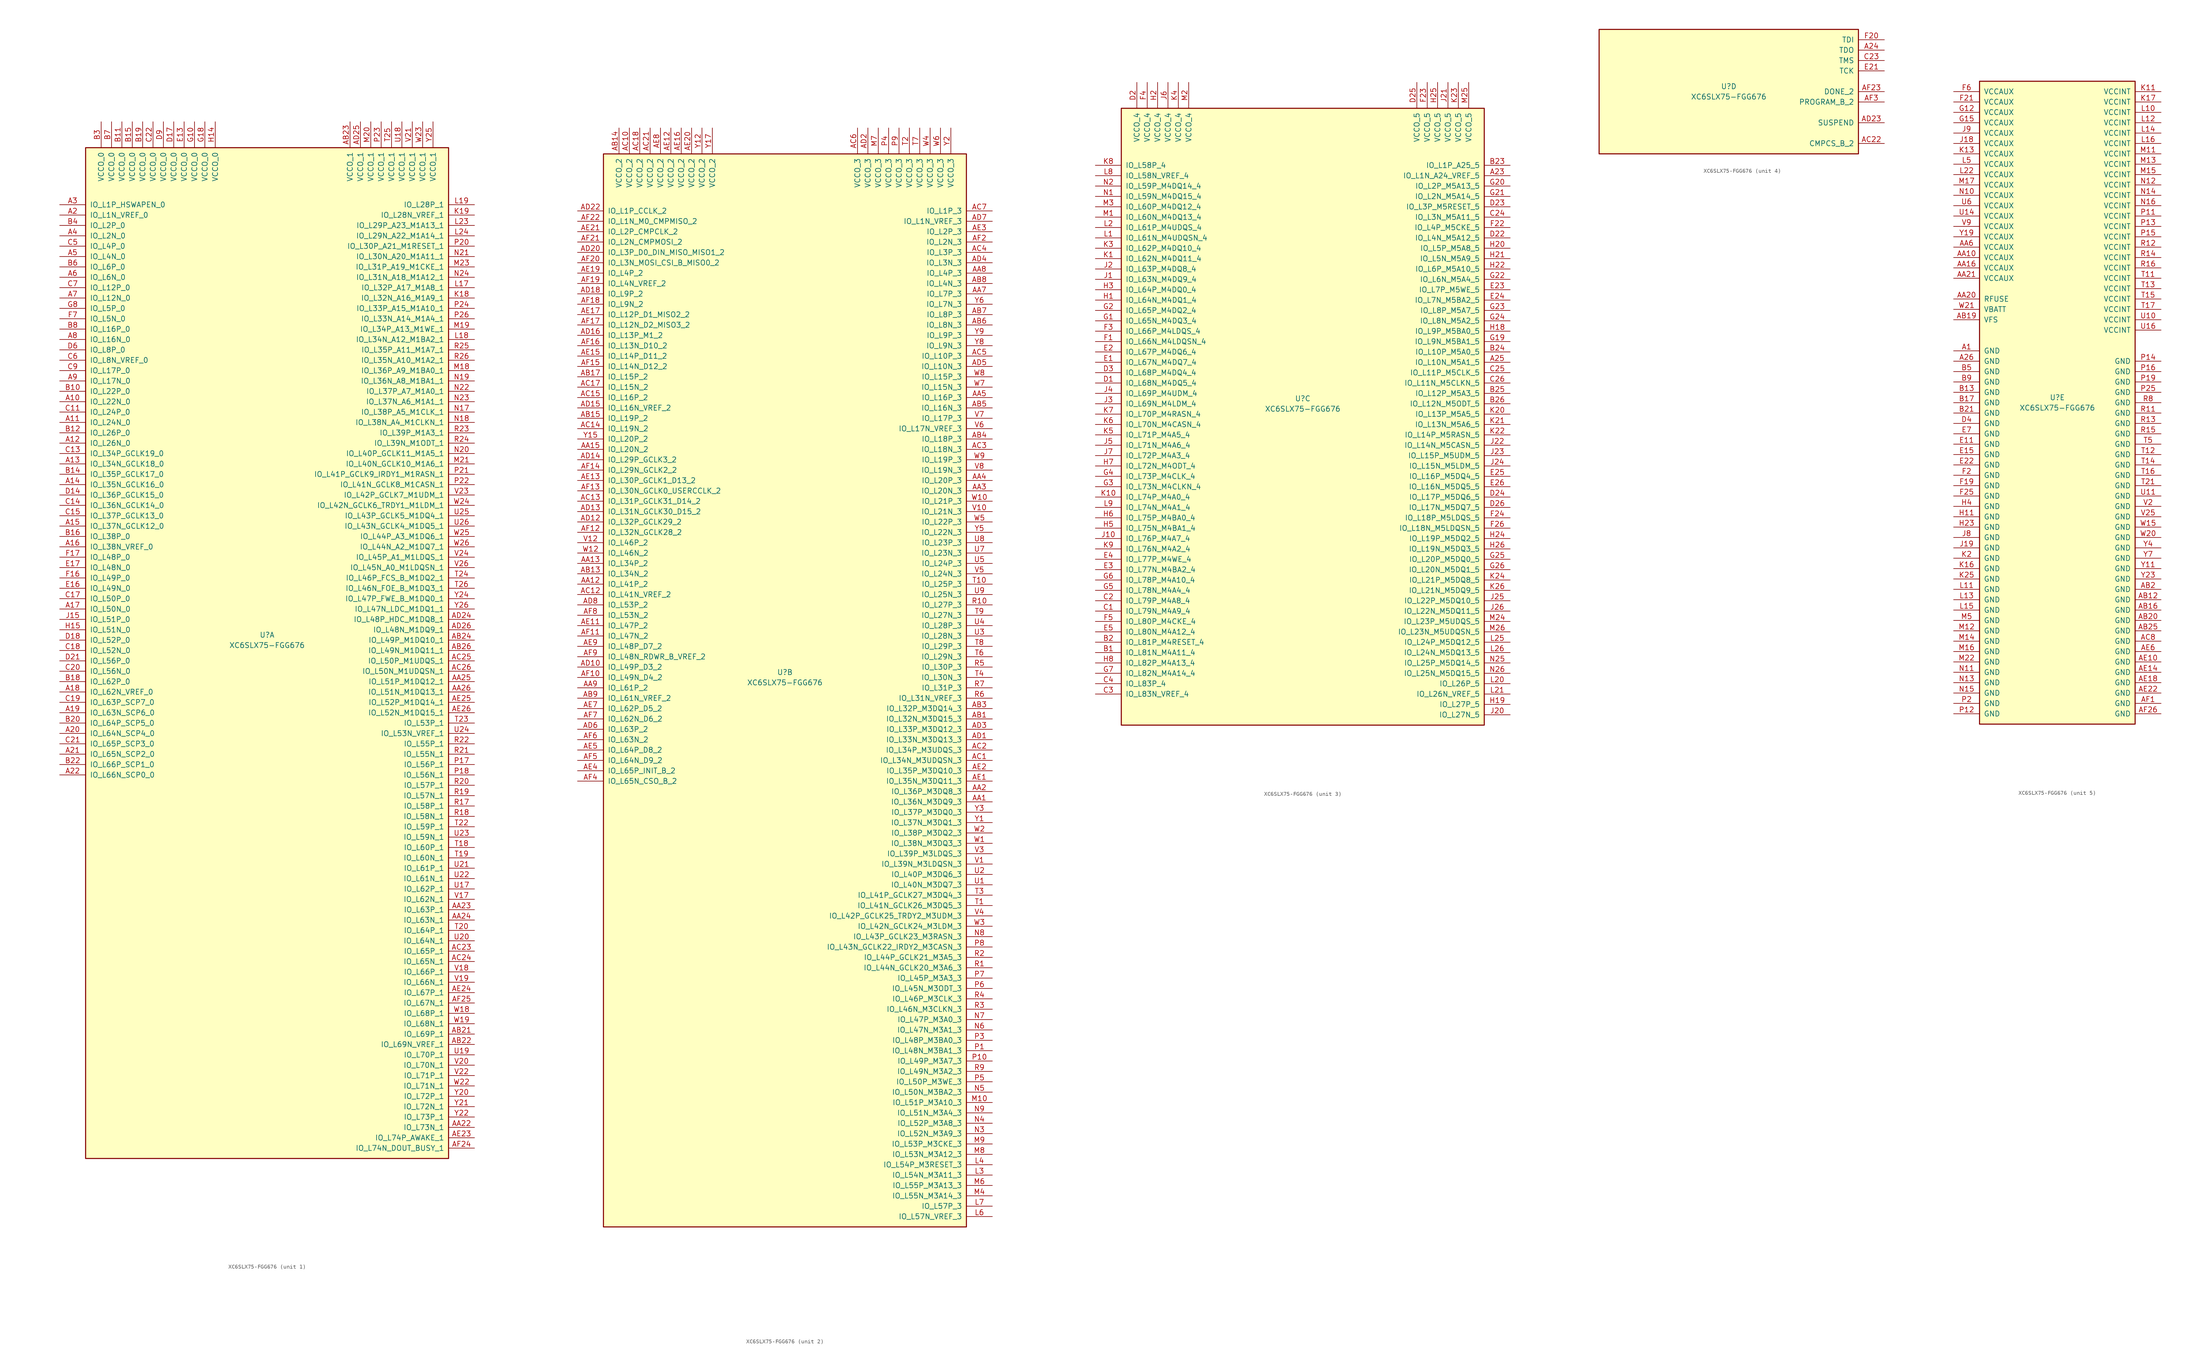
<source format=kicad_sym>
(kicad_symbol_lib
  (version 20220914)
  (generator kicad_symbol_editor)
  (symbol "XC6SLX75-FGG676"
    (pin_names
      (offset 1.016))
    (property "Reference" "U"
      (at 0 1.27 0)
      (effects (font (size 1.27 1.27))))
    (property "Value" "XC6SLX75-FGG676"
      (at 0 -1.27 0)
      (effects (font (size 1.27 1.27))))
    (property "Datasheet" ""
      (at 0 0 0)
      (effects (font (size 1.27 1.27))))
    (property "ki_locked" ""
      (at 0 0 0)
      (effects (font (size 1.27 1.27))))
    (symbol "XC6SLX75-FGG676_1_1"
      (rectangle (start -44.45 120.65) (end 44.45 -127) (stroke (width 0.254) (type default)) (fill (type background)))
      (pin bidirectional line (at -50.8 58.42 0) (length 6.35) (name "IO_L22N_0" (effects (font (size 1.27 1.27)))) (number "A10" (effects (font (size 1.27 1.27)))))
      (pin bidirectional line (at -50.8 53.34 0) (length 6.35) (name "IO_L24N_0" (effects (font (size 1.27 1.27)))) (number "A11" (effects (font (size 1.27 1.27)))))
      (pin bidirectional line (at -50.8 48.26 0) (length 6.35) (name "IO_L26N_0" (effects (font (size 1.27 1.27)))) (number "A12" (effects (font (size 1.27 1.27)))))
      (pin bidirectional line (at -50.8 43.18 0) (length 6.35) (name "IO_L34N_GCLK18_0" (effects (font (size 1.27 1.27)))) (number "A13" (effects (font (size 1.27 1.27)))))
      (pin bidirectional line (at -50.8 38.1 0) (length 6.35) (name "IO_L35N_GCLK16_0" (effects (font (size 1.27 1.27)))) (number "A14" (effects (font (size 1.27 1.27)))))
      (pin bidirectional line (at -50.8 27.94 0) (length 6.35) (name "IO_L37N_GCLK12_0" (effects (font (size 1.27 1.27)))) (number "A15" (effects (font (size 1.27 1.27)))))
      (pin bidirectional line (at -50.8 22.86 0) (length 6.35) (name "IO_L38N_VREF_0" (effects (font (size 1.27 1.27)))) (number "A16" (effects (font (size 1.27 1.27)))))
      (pin bidirectional line (at -50.8 7.62 0) (length 6.35) (name "IO_L50N_0" (effects (font (size 1.27 1.27)))) (number "A17" (effects (font (size 1.27 1.27)))))
      (pin bidirectional line (at -50.8 -12.7 0) (length 6.35) (name "IO_L62N_VREF_0" (effects (font (size 1.27 1.27)))) (number "A18" (effects (font (size 1.27 1.27)))))
      (pin bidirectional line (at -50.8 -17.78 0) (length 6.35) (name "IO_L63N_SCP6_0" (effects (font (size 1.27 1.27)))) (number "A19" (effects (font (size 1.27 1.27)))))
      (pin bidirectional line (at -50.8 104.14 0) (length 6.35) (name "IO_L1N_VREF_0" (effects (font (size 1.27 1.27)))) (number "A2" (effects (font (size 1.27 1.27)))))
      (pin bidirectional line (at -50.8 -22.86 0) (length 6.35) (name "IO_L64N_SCP4_0" (effects (font (size 1.27 1.27)))) (number "A20" (effects (font (size 1.27 1.27)))))
      (pin bidirectional line (at -50.8 -27.94 0) (length 6.35) (name "IO_L65N_SCP2_0" (effects (font (size 1.27 1.27)))) (number "A21" (effects (font (size 1.27 1.27)))))
      (pin bidirectional line (at -50.8 -33.02 0) (length 6.35) (name "IO_L66N_SCP0_0" (effects (font (size 1.27 1.27)))) (number "A22" (effects (font (size 1.27 1.27)))))
      (pin bidirectional line (at -50.8 106.68 0) (length 6.35) (name "IO_L1P_HSWAPEN_0" (effects (font (size 1.27 1.27)))) (number "A3" (effects (font (size 1.27 1.27)))))
      (pin bidirectional line (at -50.8 99.06 0) (length 6.35) (name "IO_L2N_0" (effects (font (size 1.27 1.27)))) (number "A4" (effects (font (size 1.27 1.27)))))
      (pin bidirectional line (at -50.8 93.98 0) (length 6.35) (name "IO_L4N_0" (effects (font (size 1.27 1.27)))) (number "A5" (effects (font (size 1.27 1.27)))))
      (pin bidirectional line (at -50.8 88.9 0) (length 6.35) (name "IO_L6N_0" (effects (font (size 1.27 1.27)))) (number "A6" (effects (font (size 1.27 1.27)))))
      (pin bidirectional line (at -50.8 83.82 0) (length 6.35) (name "IO_L12N_0" (effects (font (size 1.27 1.27)))) (number "A7" (effects (font (size 1.27 1.27)))))
      (pin bidirectional line (at -50.8 73.66 0) (length 6.35) (name "IO_L16N_0" (effects (font (size 1.27 1.27)))) (number "A8" (effects (font (size 1.27 1.27)))))
      (pin bidirectional line (at -50.8 63.5 0) (length 6.35) (name "IO_L17N_0" (effects (font (size 1.27 1.27)))) (number "A9" (effects (font (size 1.27 1.27)))))
      (pin bidirectional line (at 50.8 -119.38 180) (length 6.35) (name "IO_L73N_1" (effects (font (size 1.27 1.27)))) (number "AA22" (effects (font (size 1.27 1.27)))))
      (pin bidirectional line (at 50.8 -66.04 180) (length 6.35) (name "IO_L63P_1" (effects (font (size 1.27 1.27)))) (number "AA23" (effects (font (size 1.27 1.27)))))
      (pin bidirectional line (at 50.8 -68.58 180) (length 6.35) (name "IO_L63N_1" (effects (font (size 1.27 1.27)))) (number "AA24" (effects (font (size 1.27 1.27)))))
      (pin bidirectional line (at 50.8 -10.16 180) (length 6.35) (name "IO_L51P_M1DQ12_1" (effects (font (size 1.27 1.27)))) (number "AA25" (effects (font (size 1.27 1.27)))))
      (pin bidirectional line (at 50.8 -12.7 180) (length 6.35) (name "IO_L51N_M1DQ13_1" (effects (font (size 1.27 1.27)))) (number "AA26" (effects (font (size 1.27 1.27)))))
      (pin bidirectional line (at 50.8 -96.52 180) (length 6.35) (name "IO_L69P_1" (effects (font (size 1.27 1.27)))) (number "AB21" (effects (font (size 1.27 1.27)))))
      (pin bidirectional line (at 50.8 -99.06 180) (length 6.35) (name "IO_L69N_VREF_1" (effects (font (size 1.27 1.27)))) (number "AB22" (effects (font (size 1.27 1.27)))))
      (pin power_in line (at 20.32 127 270) (length 6.35) (name "VCCO_1" (effects (font (size 1.27 1.27)))) (number "AB23" (effects (font (size 1.27 1.27)))))
      (pin bidirectional line (at 50.8 0 180) (length 6.35) (name "IO_L49P_M1DQ10_1" (effects (font (size 1.27 1.27)))) (number "AB24" (effects (font (size 1.27 1.27)))))
      (pin bidirectional line (at 50.8 -2.54 180) (length 6.35) (name "IO_L49N_M1DQ11_1" (effects (font (size 1.27 1.27)))) (number "AB26" (effects (font (size 1.27 1.27)))))
      (pin bidirectional line (at 50.8 -76.2 180) (length 6.35) (name "IO_L65P_1" (effects (font (size 1.27 1.27)))) (number "AC23" (effects (font (size 1.27 1.27)))))
      (pin bidirectional line (at 50.8 -78.74 180) (length 6.35) (name "IO_L65N_1" (effects (font (size 1.27 1.27)))) (number "AC24" (effects (font (size 1.27 1.27)))))
      (pin bidirectional line (at 50.8 -5.08 180) (length 6.35) (name "IO_L50P_M1UDQS_1" (effects (font (size 1.27 1.27)))) (number "AC25" (effects (font (size 1.27 1.27)))))
      (pin bidirectional line (at 50.8 -7.62 180) (length 6.35) (name "IO_L50N_M1UDQSN_1" (effects (font (size 1.27 1.27)))) (number "AC26" (effects (font (size 1.27 1.27)))))
      (pin bidirectional line (at 50.8 5.08 180) (length 6.35) (name "IO_L48P_HDC_M1DQ8_1" (effects (font (size 1.27 1.27)))) (number "AD24" (effects (font (size 1.27 1.27)))))
      (pin power_in line (at 22.86 127 270) (length 6.35) (name "VCCO_1" (effects (font (size 1.27 1.27)))) (number "AD25" (effects (font (size 1.27 1.27)))))
      (pin bidirectional line (at 50.8 2.54 180) (length 6.35) (name "IO_L48N_M1DQ9_1" (effects (font (size 1.27 1.27)))) (number "AD26" (effects (font (size 1.27 1.27)))))
      (pin bidirectional line (at 50.8 -121.92 180) (length 6.35) (name "IO_L74P_AWAKE_1" (effects (font (size 1.27 1.27)))) (number "AE23" (effects (font (size 1.27 1.27)))))
      (pin bidirectional line (at 50.8 -86.36 180) (length 6.35) (name "IO_L67P_1" (effects (font (size 1.27 1.27)))) (number "AE24" (effects (font (size 1.27 1.27)))))
      (pin bidirectional line (at 50.8 -15.24 180) (length 6.35) (name "IO_L52P_M1DQ14_1" (effects (font (size 1.27 1.27)))) (number "AE25" (effects (font (size 1.27 1.27)))))
      (pin bidirectional line (at 50.8 -17.78 180) (length 6.35) (name "IO_L52N_M1DQ15_1" (effects (font (size 1.27 1.27)))) (number "AE26" (effects (font (size 1.27 1.27)))))
      (pin bidirectional line (at 50.8 -124.46 180) (length 6.35) (name "IO_L74N_DOUT_BUSY_1" (effects (font (size 1.27 1.27)))) (number "AF24" (effects (font (size 1.27 1.27)))))
      (pin bidirectional line (at 50.8 -88.9 180) (length 6.35) (name "IO_L67N_1" (effects (font (size 1.27 1.27)))) (number "AF25" (effects (font (size 1.27 1.27)))))
      (pin bidirectional line (at -50.8 60.96 0) (length 6.35) (name "IO_L22P_0" (effects (font (size 1.27 1.27)))) (number "B10" (effects (font (size 1.27 1.27)))))
      (pin power_in line (at -35.56 127 270) (length 6.35) (name "VCCO_0" (effects (font (size 1.27 1.27)))) (number "B11" (effects (font (size 1.27 1.27)))))
      (pin bidirectional line (at -50.8 50.8 0) (length 6.35) (name "IO_L26P_0" (effects (font (size 1.27 1.27)))) (number "B12" (effects (font (size 1.27 1.27)))))
      (pin bidirectional line (at -50.8 40.64 0) (length 6.35) (name "IO_L35P_GCLK17_0" (effects (font (size 1.27 1.27)))) (number "B14" (effects (font (size 1.27 1.27)))))
      (pin power_in line (at -33.02 127 270) (length 6.35) (name "VCCO_0" (effects (font (size 1.27 1.27)))) (number "B15" (effects (font (size 1.27 1.27)))))
      (pin bidirectional line (at -50.8 25.4 0) (length 6.35) (name "IO_L38P_0" (effects (font (size 1.27 1.27)))) (number "B16" (effects (font (size 1.27 1.27)))))
      (pin bidirectional line (at -50.8 -10.16 0) (length 6.35) (name "IO_L62P_0" (effects (font (size 1.27 1.27)))) (number "B18" (effects (font (size 1.27 1.27)))))
      (pin power_in line (at -30.48 127 270) (length 6.35) (name "VCCO_0" (effects (font (size 1.27 1.27)))) (number "B19" (effects (font (size 1.27 1.27)))))
      (pin bidirectional line (at -50.8 -20.32 0) (length 6.35) (name "IO_L64P_SCP5_0" (effects (font (size 1.27 1.27)))) (number "B20" (effects (font (size 1.27 1.27)))))
      (pin bidirectional line (at -50.8 -30.48 0) (length 6.35) (name "IO_L66P_SCP1_0" (effects (font (size 1.27 1.27)))) (number "B22" (effects (font (size 1.27 1.27)))))
      (pin power_in line (at -40.64 127 270) (length 6.35) (name "VCCO_0" (effects (font (size 1.27 1.27)))) (number "B3" (effects (font (size 1.27 1.27)))))
      (pin bidirectional line (at -50.8 101.6 0) (length 6.35) (name "IO_L2P_0" (effects (font (size 1.27 1.27)))) (number "B4" (effects (font (size 1.27 1.27)))))
      (pin bidirectional line (at -50.8 91.44 0) (length 6.35) (name "IO_L6P_0" (effects (font (size 1.27 1.27)))) (number "B6" (effects (font (size 1.27 1.27)))))
      (pin power_in line (at -38.1 127 270) (length 6.35) (name "VCCO_0" (effects (font (size 1.27 1.27)))) (number "B7" (effects (font (size 1.27 1.27)))))
      (pin bidirectional line (at -50.8 76.2 0) (length 6.35) (name "IO_L16P_0" (effects (font (size 1.27 1.27)))) (number "B8" (effects (font (size 1.27 1.27)))))
      (pin bidirectional line (at -50.8 55.88 0) (length 6.35) (name "IO_L24P_0" (effects (font (size 1.27 1.27)))) (number "C11" (effects (font (size 1.27 1.27)))))
      (pin bidirectional line (at -50.8 45.72 0) (length 6.35) (name "IO_L34P_GCLK19_0" (effects (font (size 1.27 1.27)))) (number "C13" (effects (font (size 1.27 1.27)))))
      (pin bidirectional line (at -50.8 33.02 0) (length 6.35) (name "IO_L36N_GCLK14_0" (effects (font (size 1.27 1.27)))) (number "C14" (effects (font (size 1.27 1.27)))))
      (pin bidirectional line (at -50.8 30.48 0) (length 6.35) (name "IO_L37P_GCLK13_0" (effects (font (size 1.27 1.27)))) (number "C15" (effects (font (size 1.27 1.27)))))
      (pin bidirectional line (at -50.8 10.16 0) (length 6.35) (name "IO_L50P_0" (effects (font (size 1.27 1.27)))) (number "C17" (effects (font (size 1.27 1.27)))))
      (pin bidirectional line (at -50.8 -2.54 0) (length 6.35) (name "IO_L52N_0" (effects (font (size 1.27 1.27)))) (number "C18" (effects (font (size 1.27 1.27)))))
      (pin bidirectional line (at -50.8 -15.24 0) (length 6.35) (name "IO_L63P_SCP7_0" (effects (font (size 1.27 1.27)))) (number "C19" (effects (font (size 1.27 1.27)))))
      (pin bidirectional line (at -50.8 -7.62 0) (length 6.35) (name "IO_L56N_0" (effects (font (size 1.27 1.27)))) (number "C20" (effects (font (size 1.27 1.27)))))
      (pin bidirectional line (at -50.8 -25.4 0) (length 6.35) (name "IO_L65P_SCP3_0" (effects (font (size 1.27 1.27)))) (number "C21" (effects (font (size 1.27 1.27)))))
      (pin power_in line (at -27.94 127 270) (length 6.35) (name "VCCO_0" (effects (font (size 1.27 1.27)))) (number "C22" (effects (font (size 1.27 1.27)))))
      (pin bidirectional line (at -50.8 96.52 0) (length 6.35) (name "IO_L4P_0" (effects (font (size 1.27 1.27)))) (number "C5" (effects (font (size 1.27 1.27)))))
      (pin bidirectional line (at -50.8 68.58 0) (length 6.35) (name "IO_L8N_VREF_0" (effects (font (size 1.27 1.27)))) (number "C6" (effects (font (size 1.27 1.27)))))
      (pin bidirectional line (at -50.8 86.36 0) (length 6.35) (name "IO_L12P_0" (effects (font (size 1.27 1.27)))) (number "C7" (effects (font (size 1.27 1.27)))))
      (pin bidirectional line (at -50.8 66.04 0) (length 6.35) (name "IO_L17P_0" (effects (font (size 1.27 1.27)))) (number "C9" (effects (font (size 1.27 1.27)))))
      (pin bidirectional line (at -50.8 35.56 0) (length 6.35) (name "IO_L36P_GCLK15_0" (effects (font (size 1.27 1.27)))) (number "D14" (effects (font (size 1.27 1.27)))))
      (pin power_in line (at -22.86 127 270) (length 6.35) (name "VCCO_0" (effects (font (size 1.27 1.27)))) (number "D17" (effects (font (size 1.27 1.27)))))
      (pin bidirectional line (at -50.8 0 0) (length 6.35) (name "IO_L52P_0" (effects (font (size 1.27 1.27)))) (number "D18" (effects (font (size 1.27 1.27)))))
      (pin bidirectional line (at -50.8 -5.08 0) (length 6.35) (name "IO_L56P_0" (effects (font (size 1.27 1.27)))) (number "D21" (effects (font (size 1.27 1.27)))))
      (pin bidirectional line (at -50.8 71.12 0) (length 6.35) (name "IO_L8P_0" (effects (font (size 1.27 1.27)))) (number "D6" (effects (font (size 1.27 1.27)))))
      (pin power_in line (at -25.4 127 270) (length 6.35) (name "VCCO_0" (effects (font (size 1.27 1.27)))) (number "D9" (effects (font (size 1.27 1.27)))))
      (pin power_in line (at -20.32 127 270) (length 6.35) (name "VCCO_0" (effects (font (size 1.27 1.27)))) (number "E13" (effects (font (size 1.27 1.27)))))
      (pin bidirectional line (at -50.8 12.7 0) (length 6.35) (name "IO_L49N_0" (effects (font (size 1.27 1.27)))) (number "E16" (effects (font (size 1.27 1.27)))))
      (pin bidirectional line (at -50.8 17.78 0) (length 6.35) (name "IO_L48N_0" (effects (font (size 1.27 1.27)))) (number "E17" (effects (font (size 1.27 1.27)))))
      (pin bidirectional line (at -50.8 15.24 0) (length 6.35) (name "IO_L49P_0" (effects (font (size 1.27 1.27)))) (number "F16" (effects (font (size 1.27 1.27)))))
      (pin bidirectional line (at -50.8 20.32 0) (length 6.35) (name "IO_L48P_0" (effects (font (size 1.27 1.27)))) (number "F17" (effects (font (size 1.27 1.27)))))
      (pin bidirectional line (at -50.8 78.74 0) (length 6.35) (name "IO_L5N_0" (effects (font (size 1.27 1.27)))) (number "F7" (effects (font (size 1.27 1.27)))))
      (pin power_in line (at -17.78 127 270) (length 6.35) (name "VCCO_0" (effects (font (size 1.27 1.27)))) (number "G10" (effects (font (size 1.27 1.27)))))
      (pin power_in line (at -15.24 127 270) (length 6.35) (name "VCCO_0" (effects (font (size 1.27 1.27)))) (number "G18" (effects (font (size 1.27 1.27)))))
      (pin bidirectional line (at -50.8 81.28 0) (length 6.35) (name "IO_L5P_0" (effects (font (size 1.27 1.27)))) (number "G8" (effects (font (size 1.27 1.27)))))
      (pin power_in line (at -12.7 127 270) (length 6.35) (name "VCCO_0" (effects (font (size 1.27 1.27)))) (number "H14" (effects (font (size 1.27 1.27)))))
      (pin bidirectional line (at -50.8 2.54 0) (length 6.35) (name "IO_L51N_0" (effects (font (size 1.27 1.27)))) (number "H15" (effects (font (size 1.27 1.27)))))
      (pin bidirectional line (at -50.8 5.08 0) (length 6.35) (name "IO_L51P_0" (effects (font (size 1.27 1.27)))) (number "J15" (effects (font (size 1.27 1.27)))))
      (pin bidirectional line (at 50.8 83.82 180) (length 6.35) (name "IO_L32N_A16_M1A9_1" (effects (font (size 1.27 1.27)))) (number "K18" (effects (font (size 1.27 1.27)))))
      (pin bidirectional line (at 50.8 104.14 180) (length 6.35) (name "IO_L28N_VREF_1" (effects (font (size 1.27 1.27)))) (number "K19" (effects (font (size 1.27 1.27)))))
      (pin bidirectional line (at 50.8 86.36 180) (length 6.35) (name "IO_L32P_A17_M1A8_1" (effects (font (size 1.27 1.27)))) (number "L17" (effects (font (size 1.27 1.27)))))
      (pin bidirectional line (at 50.8 73.66 180) (length 6.35) (name "IO_L34N_A12_M1BA2_1" (effects (font (size 1.27 1.27)))) (number "L18" (effects (font (size 1.27 1.27)))))
      (pin bidirectional line (at 50.8 106.68 180) (length 6.35) (name "IO_L28P_1" (effects (font (size 1.27 1.27)))) (number "L19" (effects (font (size 1.27 1.27)))))
      (pin bidirectional line (at 50.8 101.6 180) (length 6.35) (name "IO_L29P_A23_M1A13_1" (effects (font (size 1.27 1.27)))) (number "L23" (effects (font (size 1.27 1.27)))))
      (pin bidirectional line (at 50.8 99.06 180) (length 6.35) (name "IO_L29N_A22_M1A14_1" (effects (font (size 1.27 1.27)))) (number "L24" (effects (font (size 1.27 1.27)))))
      (pin bidirectional line (at 50.8 66.04 180) (length 6.35) (name "IO_L36P_A9_M1BA0_1" (effects (font (size 1.27 1.27)))) (number "M18" (effects (font (size 1.27 1.27)))))
      (pin bidirectional line (at 50.8 76.2 180) (length 6.35) (name "IO_L34P_A13_M1WE_1" (effects (font (size 1.27 1.27)))) (number "M19" (effects (font (size 1.27 1.27)))))
      (pin power_in line (at 25.4 127 270) (length 6.35) (name "VCCO_1" (effects (font (size 1.27 1.27)))) (number "M20" (effects (font (size 1.27 1.27)))))
      (pin bidirectional line (at 50.8 43.18 180) (length 6.35) (name "IO_L40N_GCLK10_M1A6_1" (effects (font (size 1.27 1.27)))) (number "M21" (effects (font (size 1.27 1.27)))))
      (pin bidirectional line (at 50.8 91.44 180) (length 6.35) (name "IO_L31P_A19_M1CKE_1" (effects (font (size 1.27 1.27)))) (number "M23" (effects (font (size 1.27 1.27)))))
      (pin bidirectional line (at 50.8 55.88 180) (length 6.35) (name "IO_L38P_A5_M1CLK_1" (effects (font (size 1.27 1.27)))) (number "N17" (effects (font (size 1.27 1.27)))))
      (pin bidirectional line (at 50.8 53.34 180) (length 6.35) (name "IO_L38N_A4_M1CLKN_1" (effects (font (size 1.27 1.27)))) (number "N18" (effects (font (size 1.27 1.27)))))
      (pin bidirectional line (at 50.8 63.5 180) (length 6.35) (name "IO_L36N_A8_M1BA1_1" (effects (font (size 1.27 1.27)))) (number "N19" (effects (font (size 1.27 1.27)))))
      (pin bidirectional line (at 50.8 45.72 180) (length 6.35) (name "IO_L40P_GCLK11_M1A5_1" (effects (font (size 1.27 1.27)))) (number "N20" (effects (font (size 1.27 1.27)))))
      (pin bidirectional line (at 50.8 93.98 180) (length 6.35) (name "IO_L30N_A20_M1A11_1" (effects (font (size 1.27 1.27)))) (number "N21" (effects (font (size 1.27 1.27)))))
      (pin bidirectional line (at 50.8 60.96 180) (length 6.35) (name "IO_L37P_A7_M1A0_1" (effects (font (size 1.27 1.27)))) (number "N22" (effects (font (size 1.27 1.27)))))
      (pin bidirectional line (at 50.8 58.42 180) (length 6.35) (name "IO_L37N_A6_M1A1_1" (effects (font (size 1.27 1.27)))) (number "N23" (effects (font (size 1.27 1.27)))))
      (pin bidirectional line (at 50.8 88.9 180) (length 6.35) (name "IO_L31N_A18_M1A12_1" (effects (font (size 1.27 1.27)))) (number "N24" (effects (font (size 1.27 1.27)))))
      (pin bidirectional line (at 50.8 -30.48 180) (length 6.35) (name "IO_L56P_1" (effects (font (size 1.27 1.27)))) (number "P17" (effects (font (size 1.27 1.27)))))
      (pin bidirectional line (at 50.8 -33.02 180) (length 6.35) (name "IO_L56N_1" (effects (font (size 1.27 1.27)))) (number "P18" (effects (font (size 1.27 1.27)))))
      (pin bidirectional line (at 50.8 96.52 180) (length 6.35) (name "IO_L30P_A21_M1RESET_1" (effects (font (size 1.27 1.27)))) (number "P20" (effects (font (size 1.27 1.27)))))
      (pin bidirectional line (at 50.8 40.64 180) (length 6.35) (name "IO_L41P_GCLK9_IRDY1_M1RASN_1" (effects (font (size 1.27 1.27)))) (number "P21" (effects (font (size 1.27 1.27)))))
      (pin bidirectional line (at 50.8 38.1 180) (length 6.35) (name "IO_L41N_GCLK8_M1CASN_1" (effects (font (size 1.27 1.27)))) (number "P22" (effects (font (size 1.27 1.27)))))
      (pin power_in line (at 27.94 127 270) (length 6.35) (name "VCCO_1" (effects (font (size 1.27 1.27)))) (number "P23" (effects (font (size 1.27 1.27)))))
      (pin bidirectional line (at 50.8 81.28 180) (length 6.35) (name "IO_L33P_A15_M1A10_1" (effects (font (size 1.27 1.27)))) (number "P24" (effects (font (size 1.27 1.27)))))
      (pin bidirectional line (at 50.8 78.74 180) (length 6.35) (name "IO_L33N_A14_M1A4_1" (effects (font (size 1.27 1.27)))) (number "P26" (effects (font (size 1.27 1.27)))))
      (pin bidirectional line (at 50.8 -40.64 180) (length 6.35) (name "IO_L58P_1" (effects (font (size 1.27 1.27)))) (number "R17" (effects (font (size 1.27 1.27)))))
      (pin bidirectional line (at 50.8 -43.18 180) (length 6.35) (name "IO_L58N_1" (effects (font (size 1.27 1.27)))) (number "R18" (effects (font (size 1.27 1.27)))))
      (pin bidirectional line (at 50.8 -38.1 180) (length 6.35) (name "IO_L57N_1" (effects (font (size 1.27 1.27)))) (number "R19" (effects (font (size 1.27 1.27)))))
      (pin bidirectional line (at 50.8 -35.56 180) (length 6.35) (name "IO_L57P_1" (effects (font (size 1.27 1.27)))) (number "R20" (effects (font (size 1.27 1.27)))))
      (pin bidirectional line (at 50.8 -27.94 180) (length 6.35) (name "IO_L55N_1" (effects (font (size 1.27 1.27)))) (number "R21" (effects (font (size 1.27 1.27)))))
      (pin bidirectional line (at 50.8 -25.4 180) (length 6.35) (name "IO_L55P_1" (effects (font (size 1.27 1.27)))) (number "R22" (effects (font (size 1.27 1.27)))))
      (pin bidirectional line (at 50.8 50.8 180) (length 6.35) (name "IO_L39P_M1A3_1" (effects (font (size 1.27 1.27)))) (number "R23" (effects (font (size 1.27 1.27)))))
      (pin bidirectional line (at 50.8 48.26 180) (length 6.35) (name "IO_L39N_M1ODT_1" (effects (font (size 1.27 1.27)))) (number "R24" (effects (font (size 1.27 1.27)))))
      (pin bidirectional line (at 50.8 71.12 180) (length 6.35) (name "IO_L35P_A11_M1A7_1" (effects (font (size 1.27 1.27)))) (number "R25" (effects (font (size 1.27 1.27)))))
      (pin bidirectional line (at 50.8 68.58 180) (length 6.35) (name "IO_L35N_A10_M1A2_1" (effects (font (size 1.27 1.27)))) (number "R26" (effects (font (size 1.27 1.27)))))
      (pin bidirectional line (at 50.8 -50.8 180) (length 6.35) (name "IO_L60P_1" (effects (font (size 1.27 1.27)))) (number "T18" (effects (font (size 1.27 1.27)))))
      (pin bidirectional line (at 50.8 -53.34 180) (length 6.35) (name "IO_L60N_1" (effects (font (size 1.27 1.27)))) (number "T19" (effects (font (size 1.27 1.27)))))
      (pin bidirectional line (at 50.8 -71.12 180) (length 6.35) (name "IO_L64P_1" (effects (font (size 1.27 1.27)))) (number "T20" (effects (font (size 1.27 1.27)))))
      (pin bidirectional line (at 50.8 -45.72 180) (length 6.35) (name "IO_L59P_1" (effects (font (size 1.27 1.27)))) (number "T22" (effects (font (size 1.27 1.27)))))
      (pin bidirectional line (at 50.8 -20.32 180) (length 6.35) (name "IO_L53P_1" (effects (font (size 1.27 1.27)))) (number "T23" (effects (font (size 1.27 1.27)))))
      (pin bidirectional line (at 50.8 15.24 180) (length 6.35) (name "IO_L46P_FCS_B_M1DQ2_1" (effects (font (size 1.27 1.27)))) (number "T24" (effects (font (size 1.27 1.27)))))
      (pin power_in line (at 30.48 127 270) (length 6.35) (name "VCCO_1" (effects (font (size 1.27 1.27)))) (number "T25" (effects (font (size 1.27 1.27)))))
      (pin bidirectional line (at 50.8 12.7 180) (length 6.35) (name "IO_L46N_FOE_B_M1DQ3_1" (effects (font (size 1.27 1.27)))) (number "T26" (effects (font (size 1.27 1.27)))))
      (pin bidirectional line (at 50.8 -60.96 180) (length 6.35) (name "IO_L62P_1" (effects (font (size 1.27 1.27)))) (number "U17" (effects (font (size 1.27 1.27)))))
      (pin power_in line (at 33.02 127 270) (length 6.35) (name "VCCO_1" (effects (font (size 1.27 1.27)))) (number "U18" (effects (font (size 1.27 1.27)))))
      (pin bidirectional line (at 50.8 -101.6 180) (length 6.35) (name "IO_L70P_1" (effects (font (size 1.27 1.27)))) (number "U19" (effects (font (size 1.27 1.27)))))
      (pin bidirectional line (at 50.8 -73.66 180) (length 6.35) (name "IO_L64N_1" (effects (font (size 1.27 1.27)))) (number "U20" (effects (font (size 1.27 1.27)))))
      (pin bidirectional line (at 50.8 -55.88 180) (length 6.35) (name "IO_L61P_1" (effects (font (size 1.27 1.27)))) (number "U21" (effects (font (size 1.27 1.27)))))
      (pin bidirectional line (at 50.8 -58.42 180) (length 6.35) (name "IO_L61N_1" (effects (font (size 1.27 1.27)))) (number "U22" (effects (font (size 1.27 1.27)))))
      (pin bidirectional line (at 50.8 -48.26 180) (length 6.35) (name "IO_L59N_1" (effects (font (size 1.27 1.27)))) (number "U23" (effects (font (size 1.27 1.27)))))
      (pin bidirectional line (at 50.8 -22.86 180) (length 6.35) (name "IO_L53N_VREF_1" (effects (font (size 1.27 1.27)))) (number "U24" (effects (font (size 1.27 1.27)))))
      (pin bidirectional line (at 50.8 30.48 180) (length 6.35) (name "IO_L43P_GCLK5_M1DQ4_1" (effects (font (size 1.27 1.27)))) (number "U25" (effects (font (size 1.27 1.27)))))
      (pin bidirectional line (at 50.8 27.94 180) (length 6.35) (name "IO_L43N_GCLK4_M1DQ5_1" (effects (font (size 1.27 1.27)))) (number "U26" (effects (font (size 1.27 1.27)))))
      (pin bidirectional line (at 50.8 -63.5 180) (length 6.35) (name "IO_L62N_1" (effects (font (size 1.27 1.27)))) (number "V17" (effects (font (size 1.27 1.27)))))
      (pin bidirectional line (at 50.8 -81.28 180) (length 6.35) (name "IO_L66P_1" (effects (font (size 1.27 1.27)))) (number "V18" (effects (font (size 1.27 1.27)))))
      (pin bidirectional line (at 50.8 -83.82 180) (length 6.35) (name "IO_L66N_1" (effects (font (size 1.27 1.27)))) (number "V19" (effects (font (size 1.27 1.27)))))
      (pin bidirectional line (at 50.8 -104.14 180) (length 6.35) (name "IO_L70N_1" (effects (font (size 1.27 1.27)))) (number "V20" (effects (font (size 1.27 1.27)))))
      (pin power_in line (at 35.56 127 270) (length 6.35) (name "VCCO_1" (effects (font (size 1.27 1.27)))) (number "V21" (effects (font (size 1.27 1.27)))))
      (pin bidirectional line (at 50.8 -106.68 180) (length 6.35) (name "IO_L71P_1" (effects (font (size 1.27 1.27)))) (number "V22" (effects (font (size 1.27 1.27)))))
      (pin bidirectional line (at 50.8 35.56 180) (length 6.35) (name "IO_L42P_GCLK7_M1UDM_1" (effects (font (size 1.27 1.27)))) (number "V23" (effects (font (size 1.27 1.27)))))
      (pin bidirectional line (at 50.8 20.32 180) (length 6.35) (name "IO_L45P_A1_M1LDQS_1" (effects (font (size 1.27 1.27)))) (number "V24" (effects (font (size 1.27 1.27)))))
      (pin bidirectional line (at 50.8 17.78 180) (length 6.35) (name "IO_L45N_A0_M1LDQSN_1" (effects (font (size 1.27 1.27)))) (number "V26" (effects (font (size 1.27 1.27)))))
      (pin bidirectional line (at 50.8 -91.44 180) (length 6.35) (name "IO_L68P_1" (effects (font (size 1.27 1.27)))) (number "W18" (effects (font (size 1.27 1.27)))))
      (pin bidirectional line (at 50.8 -93.98 180) (length 6.35) (name "IO_L68N_1" (effects (font (size 1.27 1.27)))) (number "W19" (effects (font (size 1.27 1.27)))))
      (pin bidirectional line (at 50.8 -109.22 180) (length 6.35) (name "IO_L71N_1" (effects (font (size 1.27 1.27)))) (number "W22" (effects (font (size 1.27 1.27)))))
      (pin power_in line (at 38.1 127 270) (length 6.35) (name "VCCO_1" (effects (font (size 1.27 1.27)))) (number "W23" (effects (font (size 1.27 1.27)))))
      (pin bidirectional line (at 50.8 33.02 180) (length 6.35) (name "IO_L42N_GCLK6_TRDY1_M1LDM_1" (effects (font (size 1.27 1.27)))) (number "W24" (effects (font (size 1.27 1.27)))))
      (pin bidirectional line (at 50.8 25.4 180) (length 6.35) (name "IO_L44P_A3_M1DQ6_1" (effects (font (size 1.27 1.27)))) (number "W25" (effects (font (size 1.27 1.27)))))
      (pin bidirectional line (at 50.8 22.86 180) (length 6.35) (name "IO_L44N_A2_M1DQ7_1" (effects (font (size 1.27 1.27)))) (number "W26" (effects (font (size 1.27 1.27)))))
      (pin bidirectional line (at 50.8 -111.76 180) (length 6.35) (name "IO_L72P_1" (effects (font (size 1.27 1.27)))) (number "Y20" (effects (font (size 1.27 1.27)))))
      (pin bidirectional line (at 50.8 -114.3 180) (length 6.35) (name "IO_L72N_1" (effects (font (size 1.27 1.27)))) (number "Y21" (effects (font (size 1.27 1.27)))))
      (pin bidirectional line (at 50.8 -116.84 180) (length 6.35) (name "IO_L73P_1" (effects (font (size 1.27 1.27)))) (number "Y22" (effects (font (size 1.27 1.27)))))
      (pin bidirectional line (at 50.8 10.16 180) (length 6.35) (name "IO_L47P_FWE_B_M1DQ0_1" (effects (font (size 1.27 1.27)))) (number "Y24" (effects (font (size 1.27 1.27)))))
      (pin power_in line (at 40.64 127 270) (length 6.35) (name "VCCO_1" (effects (font (size 1.27 1.27)))) (number "Y25" (effects (font (size 1.27 1.27)))))
      (pin bidirectional line (at 50.8 7.62 180) (length 6.35) (name "IO_L47N_LDC_M1DQ1_1" (effects (font (size 1.27 1.27)))) (number "Y26" (effects (font (size 1.27 1.27))))))
    (symbol "XC6SLX75-FGG676_2_1"
      (rectangle (start -44.45 128.27) (end 44.45 -134.62) (stroke (width 0.254) (type default)) (fill (type background)))
      (pin bidirectional line (at 50.8 -30.48 180) (length 6.35) (name "IO_L36N_M3DQ9_3" (effects (font (size 1.27 1.27)))) (number "AA1" (effects (font (size 1.27 1.27)))))
      (pin bidirectional line (at -50.8 22.86 0) (length 6.35) (name "IO_L41P_2" (effects (font (size 1.27 1.27)))) (number "AA12" (effects (font (size 1.27 1.27)))))
      (pin bidirectional line (at -50.8 27.94 0) (length 6.35) (name "IO_L34P_2" (effects (font (size 1.27 1.27)))) (number "AA13" (effects (font (size 1.27 1.27)))))
      (pin bidirectional line (at -50.8 55.88 0) (length 6.35) (name "IO_L20N_2" (effects (font (size 1.27 1.27)))) (number "AA15" (effects (font (size 1.27 1.27)))))
      (pin bidirectional line (at 50.8 -27.94 180) (length 6.35) (name "IO_L36P_M3DQ8_3" (effects (font (size 1.27 1.27)))) (number "AA2" (effects (font (size 1.27 1.27)))))
      (pin bidirectional line (at 50.8 45.72 180) (length 6.35) (name "IO_L20N_3" (effects (font (size 1.27 1.27)))) (number "AA3" (effects (font (size 1.27 1.27)))))
      (pin bidirectional line (at 50.8 48.26 180) (length 6.35) (name "IO_L20P_3" (effects (font (size 1.27 1.27)))) (number "AA4" (effects (font (size 1.27 1.27)))))
      (pin bidirectional line (at 50.8 68.58 180) (length 6.35) (name "IO_L16P_3" (effects (font (size 1.27 1.27)))) (number "AA5" (effects (font (size 1.27 1.27)))))
      (pin bidirectional line (at 50.8 93.98 180) (length 6.35) (name "IO_L7P_3" (effects (font (size 1.27 1.27)))) (number "AA7" (effects (font (size 1.27 1.27)))))
      (pin bidirectional line (at 50.8 99.06 180) (length 6.35) (name "IO_L4P_3" (effects (font (size 1.27 1.27)))) (number "AA8" (effects (font (size 1.27 1.27)))))
      (pin bidirectional line (at -50.8 -2.54 0) (length 6.35) (name "IO_L61P_2" (effects (font (size 1.27 1.27)))) (number "AA9" (effects (font (size 1.27 1.27)))))
      (pin bidirectional line (at 50.8 -10.16 180) (length 6.35) (name "IO_L32N_M3DQ15_3" (effects (font (size 1.27 1.27)))) (number "AB1" (effects (font (size 1.27 1.27)))))
      (pin bidirectional line (at -50.8 25.4 0) (length 6.35) (name "IO_L34N_2" (effects (font (size 1.27 1.27)))) (number "AB13" (effects (font (size 1.27 1.27)))))
      (pin power_in line (at -40.64 134.62 270) (length 6.35) (name "VCCO_2" (effects (font (size 1.27 1.27)))) (number "AB14" (effects (font (size 1.27 1.27)))))
      (pin bidirectional line (at -50.8 63.5 0) (length 6.35) (name "IO_L19P_2" (effects (font (size 1.27 1.27)))) (number "AB15" (effects (font (size 1.27 1.27)))))
      (pin bidirectional line (at -50.8 73.66 0) (length 6.35) (name "IO_L15P_2" (effects (font (size 1.27 1.27)))) (number "AB17" (effects (font (size 1.27 1.27)))))
      (pin bidirectional line (at 50.8 -7.62 180) (length 6.35) (name "IO_L32P_M3DQ14_3" (effects (font (size 1.27 1.27)))) (number "AB3" (effects (font (size 1.27 1.27)))))
      (pin bidirectional line (at 50.8 58.42 180) (length 6.35) (name "IO_L18P_3" (effects (font (size 1.27 1.27)))) (number "AB4" (effects (font (size 1.27 1.27)))))
      (pin bidirectional line (at 50.8 66.04 180) (length 6.35) (name "IO_L16N_3" (effects (font (size 1.27 1.27)))) (number "AB5" (effects (font (size 1.27 1.27)))))
      (pin bidirectional line (at 50.8 86.36 180) (length 6.35) (name "IO_L8N_3" (effects (font (size 1.27 1.27)))) (number "AB6" (effects (font (size 1.27 1.27)))))
      (pin bidirectional line (at 50.8 88.9 180) (length 6.35) (name "IO_L8P_3" (effects (font (size 1.27 1.27)))) (number "AB7" (effects (font (size 1.27 1.27)))))
      (pin bidirectional line (at 50.8 96.52 180) (length 6.35) (name "IO_L4N_3" (effects (font (size 1.27 1.27)))) (number "AB8" (effects (font (size 1.27 1.27)))))
      (pin bidirectional line (at -50.8 -5.08 0) (length 6.35) (name "IO_L61N_VREF_2" (effects (font (size 1.27 1.27)))) (number "AB9" (effects (font (size 1.27 1.27)))))
      (pin bidirectional line (at 50.8 -20.32 180) (length 6.35) (name "IO_L34N_M3UDQSN_3" (effects (font (size 1.27 1.27)))) (number "AC1" (effects (font (size 1.27 1.27)))))
      (pin power_in line (at -38.1 134.62 270) (length 6.35) (name "VCCO_2" (effects (font (size 1.27 1.27)))) (number "AC10" (effects (font (size 1.27 1.27)))))
      (pin bidirectional line (at -50.8 20.32 0) (length 6.35) (name "IO_L41N_VREF_2" (effects (font (size 1.27 1.27)))) (number "AC12" (effects (font (size 1.27 1.27)))))
      (pin bidirectional line (at -50.8 43.18 0) (length 6.35) (name "IO_L31P_GCLK31_D14_2" (effects (font (size 1.27 1.27)))) (number "AC13" (effects (font (size 1.27 1.27)))))
      (pin bidirectional line (at -50.8 60.96 0) (length 6.35) (name "IO_L19N_2" (effects (font (size 1.27 1.27)))) (number "AC14" (effects (font (size 1.27 1.27)))))
      (pin bidirectional line (at -50.8 68.58 0) (length 6.35) (name "IO_L16P_2" (effects (font (size 1.27 1.27)))) (number "AC15" (effects (font (size 1.27 1.27)))))
      (pin bidirectional line (at -50.8 71.12 0) (length 6.35) (name "IO_L15N_2" (effects (font (size 1.27 1.27)))) (number "AC17" (effects (font (size 1.27 1.27)))))
      (pin power_in line (at -35.56 134.62 270) (length 6.35) (name "VCCO_2" (effects (font (size 1.27 1.27)))) (number "AC18" (effects (font (size 1.27 1.27)))))
      (pin bidirectional line (at 50.8 -17.78 180) (length 6.35) (name "IO_L34P_M3UDQS_3" (effects (font (size 1.27 1.27)))) (number "AC2" (effects (font (size 1.27 1.27)))))
      (pin power_in line (at -33.02 134.62 270) (length 6.35) (name "VCCO_2" (effects (font (size 1.27 1.27)))) (number "AC21" (effects (font (size 1.27 1.27)))))
      (pin bidirectional line (at 50.8 55.88 180) (length 6.35) (name "IO_L18N_3" (effects (font (size 1.27 1.27)))) (number "AC3" (effects (font (size 1.27 1.27)))))
      (pin bidirectional line (at 50.8 104.14 180) (length 6.35) (name "IO_L3P_3" (effects (font (size 1.27 1.27)))) (number "AC4" (effects (font (size 1.27 1.27)))))
      (pin bidirectional line (at 50.8 78.74 180) (length 6.35) (name "IO_L10P_3" (effects (font (size 1.27 1.27)))) (number "AC5" (effects (font (size 1.27 1.27)))))
      (pin power_in line (at 17.78 134.62 270) (length 6.35) (name "VCCO_3" (effects (font (size 1.27 1.27)))) (number "AC6" (effects (font (size 1.27 1.27)))))
      (pin bidirectional line (at 50.8 114.3 180) (length 6.35) (name "IO_L1P_3" (effects (font (size 1.27 1.27)))) (number "AC7" (effects (font (size 1.27 1.27)))))
      (pin bidirectional line (at 50.8 -15.24 180) (length 6.35) (name "IO_L33N_M3DQ13_3" (effects (font (size 1.27 1.27)))) (number "AD1" (effects (font (size 1.27 1.27)))))
      (pin bidirectional line (at -50.8 2.54 0) (length 6.35) (name "IO_L49P_D3_2" (effects (font (size 1.27 1.27)))) (number "AD10" (effects (font (size 1.27 1.27)))))
      (pin bidirectional line (at -50.8 38.1 0) (length 6.35) (name "IO_L32P_GCLK29_2" (effects (font (size 1.27 1.27)))) (number "AD12" (effects (font (size 1.27 1.27)))))
      (pin bidirectional line (at -50.8 40.64 0) (length 6.35) (name "IO_L31N_GCLK30_D15_2" (effects (font (size 1.27 1.27)))) (number "AD13" (effects (font (size 1.27 1.27)))))
      (pin bidirectional line (at -50.8 53.34 0) (length 6.35) (name "IO_L29P_GCLK3_2" (effects (font (size 1.27 1.27)))) (number "AD14" (effects (font (size 1.27 1.27)))))
      (pin bidirectional line (at -50.8 66.04 0) (length 6.35) (name "IO_L16N_VREF_2" (effects (font (size 1.27 1.27)))) (number "AD15" (effects (font (size 1.27 1.27)))))
      (pin bidirectional line (at -50.8 83.82 0) (length 6.35) (name "IO_L13P_M1_2" (effects (font (size 1.27 1.27)))) (number "AD16" (effects (font (size 1.27 1.27)))))
      (pin bidirectional line (at -50.8 93.98 0) (length 6.35) (name "IO_L9P_2" (effects (font (size 1.27 1.27)))) (number "AD18" (effects (font (size 1.27 1.27)))))
      (pin power_in line (at 20.32 134.62 270) (length 6.35) (name "VCCO_3" (effects (font (size 1.27 1.27)))) (number "AD2" (effects (font (size 1.27 1.27)))))
      (pin bidirectional line (at -50.8 104.14 0) (length 6.35) (name "IO_L3P_D0_DIN_MISO_MISO1_2" (effects (font (size 1.27 1.27)))) (number "AD20" (effects (font (size 1.27 1.27)))))
      (pin bidirectional line (at -50.8 114.3 0) (length 6.35) (name "IO_L1P_CCLK_2" (effects (font (size 1.27 1.27)))) (number "AD22" (effects (font (size 1.27 1.27)))))
      (pin bidirectional line (at 50.8 -12.7 180) (length 6.35) (name "IO_L33P_M3DQ12_3" (effects (font (size 1.27 1.27)))) (number "AD3" (effects (font (size 1.27 1.27)))))
      (pin bidirectional line (at 50.8 101.6 180) (length 6.35) (name "IO_L3N_3" (effects (font (size 1.27 1.27)))) (number "AD4" (effects (font (size 1.27 1.27)))))
      (pin bidirectional line (at 50.8 76.2 180) (length 6.35) (name "IO_L10N_3" (effects (font (size 1.27 1.27)))) (number "AD5" (effects (font (size 1.27 1.27)))))
      (pin bidirectional line (at -50.8 -12.7 0) (length 6.35) (name "IO_L63P_2" (effects (font (size 1.27 1.27)))) (number "AD6" (effects (font (size 1.27 1.27)))))
      (pin bidirectional line (at 50.8 111.76 180) (length 6.35) (name "IO_L1N_VREF_3" (effects (font (size 1.27 1.27)))) (number "AD7" (effects (font (size 1.27 1.27)))))
      (pin bidirectional line (at -50.8 17.78 0) (length 6.35) (name "IO_L53P_2" (effects (font (size 1.27 1.27)))) (number "AD8" (effects (font (size 1.27 1.27)))))
      (pin bidirectional line (at 50.8 -25.4 180) (length 6.35) (name "IO_L35N_M3DQ11_3" (effects (font (size 1.27 1.27)))) (number "AE1" (effects (font (size 1.27 1.27)))))
      (pin bidirectional line (at -50.8 12.7 0) (length 6.35) (name "IO_L47P_2" (effects (font (size 1.27 1.27)))) (number "AE11" (effects (font (size 1.27 1.27)))))
      (pin power_in line (at -27.94 134.62 270) (length 6.35) (name "VCCO_2" (effects (font (size 1.27 1.27)))) (number "AE12" (effects (font (size 1.27 1.27)))))
      (pin bidirectional line (at -50.8 48.26 0) (length 6.35) (name "IO_L30P_GCLK1_D13_2" (effects (font (size 1.27 1.27)))) (number "AE13" (effects (font (size 1.27 1.27)))))
      (pin bidirectional line (at -50.8 78.74 0) (length 6.35) (name "IO_L14P_D11_2" (effects (font (size 1.27 1.27)))) (number "AE15" (effects (font (size 1.27 1.27)))))
      (pin power_in line (at -25.4 134.62 270) (length 6.35) (name "VCCO_2" (effects (font (size 1.27 1.27)))) (number "AE16" (effects (font (size 1.27 1.27)))))
      (pin bidirectional line (at -50.8 88.9 0) (length 6.35) (name "IO_L12P_D1_MISO2_2" (effects (font (size 1.27 1.27)))) (number "AE17" (effects (font (size 1.27 1.27)))))
      (pin bidirectional line (at -50.8 99.06 0) (length 6.35) (name "IO_L4P_2" (effects (font (size 1.27 1.27)))) (number "AE19" (effects (font (size 1.27 1.27)))))
      (pin bidirectional line (at 50.8 -22.86 180) (length 6.35) (name "IO_L35P_M3DQ10_3" (effects (font (size 1.27 1.27)))) (number "AE2" (effects (font (size 1.27 1.27)))))
      (pin power_in line (at -22.86 134.62 270) (length 6.35) (name "VCCO_2" (effects (font (size 1.27 1.27)))) (number "AE20" (effects (font (size 1.27 1.27)))))
      (pin bidirectional line (at -50.8 109.22 0) (length 6.35) (name "IO_L2P_CMPCLK_2" (effects (font (size 1.27 1.27)))) (number "AE21" (effects (font (size 1.27 1.27)))))
      (pin bidirectional line (at 50.8 109.22 180) (length 6.35) (name "IO_L2P_3" (effects (font (size 1.27 1.27)))) (number "AE3" (effects (font (size 1.27 1.27)))))
      (pin bidirectional line (at -50.8 -22.86 0) (length 6.35) (name "IO_L65P_INIT_B_2" (effects (font (size 1.27 1.27)))) (number "AE4" (effects (font (size 1.27 1.27)))))
      (pin bidirectional line (at -50.8 -17.78 0) (length 6.35) (name "IO_L64P_D8_2" (effects (font (size 1.27 1.27)))) (number "AE5" (effects (font (size 1.27 1.27)))))
      (pin bidirectional line (at -50.8 -7.62 0) (length 6.35) (name "IO_L62P_D5_2" (effects (font (size 1.27 1.27)))) (number "AE7" (effects (font (size 1.27 1.27)))))
      (pin power_in line (at -30.48 134.62 270) (length 6.35) (name "VCCO_2" (effects (font (size 1.27 1.27)))) (number "AE8" (effects (font (size 1.27 1.27)))))
      (pin bidirectional line (at -50.8 7.62 0) (length 6.35) (name "IO_L48P_D7_2" (effects (font (size 1.27 1.27)))) (number "AE9" (effects (font (size 1.27 1.27)))))
      (pin bidirectional line (at -50.8 0 0) (length 6.35) (name "IO_L49N_D4_2" (effects (font (size 1.27 1.27)))) (number "AF10" (effects (font (size 1.27 1.27)))))
      (pin bidirectional line (at -50.8 10.16 0) (length 6.35) (name "IO_L47N_2" (effects (font (size 1.27 1.27)))) (number "AF11" (effects (font (size 1.27 1.27)))))
      (pin bidirectional line (at -50.8 35.56 0) (length 6.35) (name "IO_L32N_GCLK28_2" (effects (font (size 1.27 1.27)))) (number "AF12" (effects (font (size 1.27 1.27)))))
      (pin bidirectional line (at -50.8 45.72 0) (length 6.35) (name "IO_L30N_GCLK0_USERCCLK_2" (effects (font (size 1.27 1.27)))) (number "AF13" (effects (font (size 1.27 1.27)))))
      (pin bidirectional line (at -50.8 50.8 0) (length 6.35) (name "IO_L29N_GCLK2_2" (effects (font (size 1.27 1.27)))) (number "AF14" (effects (font (size 1.27 1.27)))))
      (pin bidirectional line (at -50.8 76.2 0) (length 6.35) (name "IO_L14N_D12_2" (effects (font (size 1.27 1.27)))) (number "AF15" (effects (font (size 1.27 1.27)))))
      (pin bidirectional line (at -50.8 81.28 0) (length 6.35) (name "IO_L13N_D10_2" (effects (font (size 1.27 1.27)))) (number "AF16" (effects (font (size 1.27 1.27)))))
      (pin bidirectional line (at -50.8 86.36 0) (length 6.35) (name "IO_L12N_D2_MISO3_2" (effects (font (size 1.27 1.27)))) (number "AF17" (effects (font (size 1.27 1.27)))))
      (pin bidirectional line (at -50.8 91.44 0) (length 6.35) (name "IO_L9N_2" (effects (font (size 1.27 1.27)))) (number "AF18" (effects (font (size 1.27 1.27)))))
      (pin bidirectional line (at -50.8 96.52 0) (length 6.35) (name "IO_L4N_VREF_2" (effects (font (size 1.27 1.27)))) (number "AF19" (effects (font (size 1.27 1.27)))))
      (pin bidirectional line (at 50.8 106.68 180) (length 6.35) (name "IO_L2N_3" (effects (font (size 1.27 1.27)))) (number "AF2" (effects (font (size 1.27 1.27)))))
      (pin bidirectional line (at -50.8 101.6 0) (length 6.35) (name "IO_L3N_MOSI_CSI_B_MISO0_2" (effects (font (size 1.27 1.27)))) (number "AF20" (effects (font (size 1.27 1.27)))))
      (pin bidirectional line (at -50.8 106.68 0) (length 6.35) (name "IO_L2N_CMPMOSI_2" (effects (font (size 1.27 1.27)))) (number "AF21" (effects (font (size 1.27 1.27)))))
      (pin bidirectional line (at -50.8 111.76 0) (length 6.35) (name "IO_L1N_M0_CMPMISO_2" (effects (font (size 1.27 1.27)))) (number "AF22" (effects (font (size 1.27 1.27)))))
      (pin bidirectional line (at -50.8 -25.4 0) (length 6.35) (name "IO_L65N_CSO_B_2" (effects (font (size 1.27 1.27)))) (number "AF4" (effects (font (size 1.27 1.27)))))
      (pin bidirectional line (at -50.8 -20.32 0) (length 6.35) (name "IO_L64N_D9_2" (effects (font (size 1.27 1.27)))) (number "AF5" (effects (font (size 1.27 1.27)))))
      (pin bidirectional line (at -50.8 -15.24 0) (length 6.35) (name "IO_L63N_2" (effects (font (size 1.27 1.27)))) (number "AF6" (effects (font (size 1.27 1.27)))))
      (pin bidirectional line (at -50.8 -10.16 0) (length 6.35) (name "IO_L62N_D6_2" (effects (font (size 1.27 1.27)))) (number "AF7" (effects (font (size 1.27 1.27)))))
      (pin bidirectional line (at -50.8 15.24 0) (length 6.35) (name "IO_L53N_2" (effects (font (size 1.27 1.27)))) (number "AF8" (effects (font (size 1.27 1.27)))))
      (pin bidirectional line (at -50.8 5.08 0) (length 6.35) (name "IO_L48N_RDWR_B_VREF_2" (effects (font (size 1.27 1.27)))) (number "AF9" (effects (font (size 1.27 1.27)))))
      (pin bidirectional line (at 50.8 -121.92 180) (length 6.35) (name "IO_L54N_M3A11_3" (effects (font (size 1.27 1.27)))) (number "L3" (effects (font (size 1.27 1.27)))))
      (pin bidirectional line (at 50.8 -119.38 180) (length 6.35) (name "IO_L54P_M3RESET_3" (effects (font (size 1.27 1.27)))) (number "L4" (effects (font (size 1.27 1.27)))))
      (pin bidirectional line (at 50.8 -132.08 180) (length 6.35) (name "IO_L57N_VREF_3" (effects (font (size 1.27 1.27)))) (number "L6" (effects (font (size 1.27 1.27)))))
      (pin bidirectional line (at 50.8 -129.54 180) (length 6.35) (name "IO_L57P_3" (effects (font (size 1.27 1.27)))) (number "L7" (effects (font (size 1.27 1.27)))))
      (pin bidirectional line (at 50.8 -104.14 180) (length 6.35) (name "IO_L51P_M3A10_3" (effects (font (size 1.27 1.27)))) (number "M10" (effects (font (size 1.27 1.27)))))
      (pin bidirectional line (at 50.8 -127 180) (length 6.35) (name "IO_L55N_M3A14_3" (effects (font (size 1.27 1.27)))) (number "M4" (effects (font (size 1.27 1.27)))))
      (pin bidirectional line (at 50.8 -124.46 180) (length 6.35) (name "IO_L55P_M3A13_3" (effects (font (size 1.27 1.27)))) (number "M6" (effects (font (size 1.27 1.27)))))
      (pin power_in line (at 22.86 134.62 270) (length 6.35) (name "VCCO_3" (effects (font (size 1.27 1.27)))) (number "M7" (effects (font (size 1.27 1.27)))))
      (pin bidirectional line (at 50.8 -116.84 180) (length 6.35) (name "IO_L53N_M3A12_3" (effects (font (size 1.27 1.27)))) (number "M8" (effects (font (size 1.27 1.27)))))
      (pin bidirectional line (at 50.8 -114.3 180) (length 6.35) (name "IO_L53P_M3CKE_3" (effects (font (size 1.27 1.27)))) (number "M9" (effects (font (size 1.27 1.27)))))
      (pin bidirectional line (at 50.8 -111.76 180) (length 6.35) (name "IO_L52N_M3A9_3" (effects (font (size 1.27 1.27)))) (number "N3" (effects (font (size 1.27 1.27)))))
      (pin bidirectional line (at 50.8 -109.22 180) (length 6.35) (name "IO_L52P_M3A8_3" (effects (font (size 1.27 1.27)))) (number "N4" (effects (font (size 1.27 1.27)))))
      (pin bidirectional line (at 50.8 -101.6 180) (length 6.35) (name "IO_L50N_M3BA2_3" (effects (font (size 1.27 1.27)))) (number "N5" (effects (font (size 1.27 1.27)))))
      (pin bidirectional line (at 50.8 -86.36 180) (length 6.35) (name "IO_L47N_M3A1_3" (effects (font (size 1.27 1.27)))) (number "N6" (effects (font (size 1.27 1.27)))))
      (pin bidirectional line (at 50.8 -83.82 180) (length 6.35) (name "IO_L47P_M3A0_3" (effects (font (size 1.27 1.27)))) (number "N7" (effects (font (size 1.27 1.27)))))
      (pin bidirectional line (at 50.8 -63.5 180) (length 6.35) (name "IO_L43P_GCLK23_M3RASN_3" (effects (font (size 1.27 1.27)))) (number "N8" (effects (font (size 1.27 1.27)))))
      (pin bidirectional line (at 50.8 -106.68 180) (length 6.35) (name "IO_L51N_M3A4_3" (effects (font (size 1.27 1.27)))) (number "N9" (effects (font (size 1.27 1.27)))))
      (pin bidirectional line (at 50.8 -91.44 180) (length 6.35) (name "IO_L48N_M3BA1_3" (effects (font (size 1.27 1.27)))) (number "P1" (effects (font (size 1.27 1.27)))))
      (pin bidirectional line (at 50.8 -93.98 180) (length 6.35) (name "IO_L49P_M3A7_3" (effects (font (size 1.27 1.27)))) (number "P10" (effects (font (size 1.27 1.27)))))
      (pin bidirectional line (at 50.8 -88.9 180) (length 6.35) (name "IO_L48P_M3BA0_3" (effects (font (size 1.27 1.27)))) (number "P3" (effects (font (size 1.27 1.27)))))
      (pin power_in line (at 25.4 134.62 270) (length 6.35) (name "VCCO_3" (effects (font (size 1.27 1.27)))) (number "P4" (effects (font (size 1.27 1.27)))))
      (pin bidirectional line (at 50.8 -99.06 180) (length 6.35) (name "IO_L50P_M3WE_3" (effects (font (size 1.27 1.27)))) (number "P5" (effects (font (size 1.27 1.27)))))
      (pin bidirectional line (at 50.8 -76.2 180) (length 6.35) (name "IO_L45N_M3ODT_3" (effects (font (size 1.27 1.27)))) (number "P6" (effects (font (size 1.27 1.27)))))
      (pin bidirectional line (at 50.8 -73.66 180) (length 6.35) (name "IO_L45P_M3A3_3" (effects (font (size 1.27 1.27)))) (number "P7" (effects (font (size 1.27 1.27)))))
      (pin bidirectional line (at 50.8 -66.04 180) (length 6.35) (name "IO_L43N_GCLK22_IRDY2_M3CASN_3" (effects (font (size 1.27 1.27)))) (number "P8" (effects (font (size 1.27 1.27)))))
      (pin power_in line (at 27.94 134.62 270) (length 6.35) (name "VCCO_3" (effects (font (size 1.27 1.27)))) (number "P9" (effects (font (size 1.27 1.27)))))
      (pin bidirectional line (at 50.8 -71.12 180) (length 6.35) (name "IO_L44N_GCLK20_M3A6_3" (effects (font (size 1.27 1.27)))) (number "R1" (effects (font (size 1.27 1.27)))))
      (pin bidirectional line (at 50.8 17.78 180) (length 6.35) (name "IO_L27P_3" (effects (font (size 1.27 1.27)))) (number "R10" (effects (font (size 1.27 1.27)))))
      (pin bidirectional line (at 50.8 -68.58 180) (length 6.35) (name "IO_L44P_GCLK21_M3A5_3" (effects (font (size 1.27 1.27)))) (number "R2" (effects (font (size 1.27 1.27)))))
      (pin bidirectional line (at 50.8 -81.28 180) (length 6.35) (name "IO_L46N_M3CLKN_3" (effects (font (size 1.27 1.27)))) (number "R3" (effects (font (size 1.27 1.27)))))
      (pin bidirectional line (at 50.8 -78.74 180) (length 6.35) (name "IO_L46P_M3CLK_3" (effects (font (size 1.27 1.27)))) (number "R4" (effects (font (size 1.27 1.27)))))
      (pin bidirectional line (at 50.8 2.54 180) (length 6.35) (name "IO_L30P_3" (effects (font (size 1.27 1.27)))) (number "R5" (effects (font (size 1.27 1.27)))))
      (pin bidirectional line (at 50.8 -5.08 180) (length 6.35) (name "IO_L31N_VREF_3" (effects (font (size 1.27 1.27)))) (number "R6" (effects (font (size 1.27 1.27)))))
      (pin bidirectional line (at 50.8 -2.54 180) (length 6.35) (name "IO_L31P_3" (effects (font (size 1.27 1.27)))) (number "R7" (effects (font (size 1.27 1.27)))))
      (pin bidirectional line (at 50.8 -96.52 180) (length 6.35) (name "IO_L49N_M3A2_3" (effects (font (size 1.27 1.27)))) (number "R9" (effects (font (size 1.27 1.27)))))
      (pin bidirectional line (at 50.8 -55.88 180) (length 6.35) (name "IO_L41N_GCLK26_M3DQ5_3" (effects (font (size 1.27 1.27)))) (number "T1" (effects (font (size 1.27 1.27)))))
      (pin bidirectional line (at 50.8 22.86 180) (length 6.35) (name "IO_L25P_3" (effects (font (size 1.27 1.27)))) (number "T10" (effects (font (size 1.27 1.27)))))
      (pin power_in line (at 30.48 134.62 270) (length 6.35) (name "VCCO_3" (effects (font (size 1.27 1.27)))) (number "T2" (effects (font (size 1.27 1.27)))))
      (pin bidirectional line (at 50.8 -53.34 180) (length 6.35) (name "IO_L41P_GCLK27_M3DQ4_3" (effects (font (size 1.27 1.27)))) (number "T3" (effects (font (size 1.27 1.27)))))
      (pin bidirectional line (at 50.8 0 180) (length 6.35) (name "IO_L30N_3" (effects (font (size 1.27 1.27)))) (number "T4" (effects (font (size 1.27 1.27)))))
      (pin bidirectional line (at 50.8 5.08 180) (length 6.35) (name "IO_L29N_3" (effects (font (size 1.27 1.27)))) (number "T6" (effects (font (size 1.27 1.27)))))
      (pin power_in line (at 33.02 134.62 270) (length 6.35) (name "VCCO_3" (effects (font (size 1.27 1.27)))) (number "T7" (effects (font (size 1.27 1.27)))))
      (pin bidirectional line (at 50.8 7.62 180) (length 6.35) (name "IO_L29P_3" (effects (font (size 1.27 1.27)))) (number "T8" (effects (font (size 1.27 1.27)))))
      (pin bidirectional line (at 50.8 15.24 180) (length 6.35) (name "IO_L27N_3" (effects (font (size 1.27 1.27)))) (number "T9" (effects (font (size 1.27 1.27)))))
      (pin bidirectional line (at 50.8 -50.8 180) (length 6.35) (name "IO_L40N_M3DQ7_3" (effects (font (size 1.27 1.27)))) (number "U1" (effects (font (size 1.27 1.27)))))
      (pin bidirectional line (at 50.8 -48.26 180) (length 6.35) (name "IO_L40P_M3DQ6_3" (effects (font (size 1.27 1.27)))) (number "U2" (effects (font (size 1.27 1.27)))))
      (pin bidirectional line (at 50.8 10.16 180) (length 6.35) (name "IO_L28N_3" (effects (font (size 1.27 1.27)))) (number "U3" (effects (font (size 1.27 1.27)))))
      (pin bidirectional line (at 50.8 12.7 180) (length 6.35) (name "IO_L28P_3" (effects (font (size 1.27 1.27)))) (number "U4" (effects (font (size 1.27 1.27)))))
      (pin bidirectional line (at 50.8 27.94 180) (length 6.35) (name "IO_L24P_3" (effects (font (size 1.27 1.27)))) (number "U5" (effects (font (size 1.27 1.27)))))
      (pin bidirectional line (at 50.8 30.48 180) (length 6.35) (name "IO_L23N_3" (effects (font (size 1.27 1.27)))) (number "U7" (effects (font (size 1.27 1.27)))))
      (pin bidirectional line (at 50.8 33.02 180) (length 6.35) (name "IO_L23P_3" (effects (font (size 1.27 1.27)))) (number "U8" (effects (font (size 1.27 1.27)))))
      (pin bidirectional line (at 50.8 20.32 180) (length 6.35) (name "IO_L25N_3" (effects (font (size 1.27 1.27)))) (number "U9" (effects (font (size 1.27 1.27)))))
      (pin bidirectional line (at 50.8 -45.72 180) (length 6.35) (name "IO_L39N_M3LDQSN_3" (effects (font (size 1.27 1.27)))) (number "V1" (effects (font (size 1.27 1.27)))))
      (pin bidirectional line (at 50.8 40.64 180) (length 6.35) (name "IO_L21N_3" (effects (font (size 1.27 1.27)))) (number "V10" (effects (font (size 1.27 1.27)))))
      (pin bidirectional line (at -50.8 33.02 0) (length 6.35) (name "IO_L46P_2" (effects (font (size 1.27 1.27)))) (number "V12" (effects (font (size 1.27 1.27)))))
      (pin bidirectional line (at 50.8 -43.18 180) (length 6.35) (name "IO_L39P_M3LDQS_3" (effects (font (size 1.27 1.27)))) (number "V3" (effects (font (size 1.27 1.27)))))
      (pin bidirectional line (at 50.8 -58.42 180) (length 6.35) (name "IO_L42P_GCLK25_TRDY2_M3UDM_3" (effects (font (size 1.27 1.27)))) (number "V4" (effects (font (size 1.27 1.27)))))
      (pin bidirectional line (at 50.8 25.4 180) (length 6.35) (name "IO_L24N_3" (effects (font (size 1.27 1.27)))) (number "V5" (effects (font (size 1.27 1.27)))))
      (pin bidirectional line (at 50.8 60.96 180) (length 6.35) (name "IO_L17N_VREF_3" (effects (font (size 1.27 1.27)))) (number "V6" (effects (font (size 1.27 1.27)))))
      (pin bidirectional line (at 50.8 63.5 180) (length 6.35) (name "IO_L17P_3" (effects (font (size 1.27 1.27)))) (number "V7" (effects (font (size 1.27 1.27)))))
      (pin bidirectional line (at 50.8 50.8 180) (length 6.35) (name "IO_L19N_3" (effects (font (size 1.27 1.27)))) (number "V8" (effects (font (size 1.27 1.27)))))
      (pin bidirectional line (at 50.8 -40.64 180) (length 6.35) (name "IO_L38N_M3DQ3_3" (effects (font (size 1.27 1.27)))) (number "W1" (effects (font (size 1.27 1.27)))))
      (pin bidirectional line (at 50.8 43.18 180) (length 6.35) (name "IO_L21P_3" (effects (font (size 1.27 1.27)))) (number "W10" (effects (font (size 1.27 1.27)))))
      (pin bidirectional line (at -50.8 30.48 0) (length 6.35) (name "IO_L46N_2" (effects (font (size 1.27 1.27)))) (number "W12" (effects (font (size 1.27 1.27)))))
      (pin bidirectional line (at 50.8 -38.1 180) (length 6.35) (name "IO_L38P_M3DQ2_3" (effects (font (size 1.27 1.27)))) (number "W2" (effects (font (size 1.27 1.27)))))
      (pin bidirectional line (at 50.8 -60.96 180) (length 6.35) (name "IO_L42N_GCLK24_M3LDM_3" (effects (font (size 1.27 1.27)))) (number "W3" (effects (font (size 1.27 1.27)))))
      (pin power_in line (at 35.56 134.62 270) (length 6.35) (name "VCCO_3" (effects (font (size 1.27 1.27)))) (number "W4" (effects (font (size 1.27 1.27)))))
      (pin bidirectional line (at 50.8 38.1 180) (length 6.35) (name "IO_L22P_3" (effects (font (size 1.27 1.27)))) (number "W5" (effects (font (size 1.27 1.27)))))
      (pin power_in line (at 38.1 134.62 270) (length 6.35) (name "VCCO_3" (effects (font (size 1.27 1.27)))) (number "W6" (effects (font (size 1.27 1.27)))))
      (pin bidirectional line (at 50.8 71.12 180) (length 6.35) (name "IO_L15N_3" (effects (font (size 1.27 1.27)))) (number "W7" (effects (font (size 1.27 1.27)))))
      (pin bidirectional line (at 50.8 73.66 180) (length 6.35) (name "IO_L15P_3" (effects (font (size 1.27 1.27)))) (number "W8" (effects (font (size 1.27 1.27)))))
      (pin bidirectional line (at 50.8 53.34 180) (length 6.35) (name "IO_L19P_3" (effects (font (size 1.27 1.27)))) (number "W9" (effects (font (size 1.27 1.27)))))
      (pin bidirectional line (at 50.8 -35.56 180) (length 6.35) (name "IO_L37N_M3DQ1_3" (effects (font (size 1.27 1.27)))) (number "Y1" (effects (font (size 1.27 1.27)))))
      (pin power_in line (at -20.32 134.62 270) (length 6.35) (name "VCCO_2" (effects (font (size 1.27 1.27)))) (number "Y12" (effects (font (size 1.27 1.27)))))
      (pin bidirectional line (at -50.8 58.42 0) (length 6.35) (name "IO_L20P_2" (effects (font (size 1.27 1.27)))) (number "Y15" (effects (font (size 1.27 1.27)))))
      (pin power_in line (at -17.78 134.62 270) (length 6.35) (name "VCCO_2" (effects (font (size 1.27 1.27)))) (number "Y17" (effects (font (size 1.27 1.27)))))
      (pin power_in line (at 40.64 134.62 270) (length 6.35) (name "VCCO_3" (effects (font (size 1.27 1.27)))) (number "Y2" (effects (font (size 1.27 1.27)))))
      (pin bidirectional line (at 50.8 -33.02 180) (length 6.35) (name "IO_L37P_M3DQ0_3" (effects (font (size 1.27 1.27)))) (number "Y3" (effects (font (size 1.27 1.27)))))
      (pin bidirectional line (at 50.8 35.56 180) (length 6.35) (name "IO_L22N_3" (effects (font (size 1.27 1.27)))) (number "Y5" (effects (font (size 1.27 1.27)))))
      (pin bidirectional line (at 50.8 91.44 180) (length 6.35) (name "IO_L7N_3" (effects (font (size 1.27 1.27)))) (number "Y6" (effects (font (size 1.27 1.27)))))
      (pin bidirectional line (at 50.8 81.28 180) (length 6.35) (name "IO_L9N_3" (effects (font (size 1.27 1.27)))) (number "Y8" (effects (font (size 1.27 1.27)))))
      (pin bidirectional line (at 50.8 83.82 180) (length 6.35) (name "IO_L9P_3" (effects (font (size 1.27 1.27)))) (number "Y9" (effects (font (size 1.27 1.27))))))
    (symbol "XC6SLX75-FGG676_3_1"
      (rectangle (start -44.45 72.39) (end 44.45 -78.74) (stroke (width 0.254) (type default)) (fill (type background)))
      (pin bidirectional line (at 50.8 55.88 180) (length 6.35) (name "IO_L1N_A24_VREF_5" (effects (font (size 1.27 1.27)))) (number "A23" (effects (font (size 1.27 1.27)))))
      (pin bidirectional line (at 50.8 10.16 180) (length 6.35) (name "IO_L10N_M5A1_5" (effects (font (size 1.27 1.27)))) (number "A25" (effects (font (size 1.27 1.27)))))
      (pin bidirectional line (at -50.8 -60.96 0) (length 6.35) (name "IO_L81N_M4A11_4" (effects (font (size 1.27 1.27)))) (number "B1" (effects (font (size 1.27 1.27)))))
      (pin bidirectional line (at -50.8 -58.42 0) (length 6.35) (name "IO_L81P_M4RESET_4" (effects (font (size 1.27 1.27)))) (number "B2" (effects (font (size 1.27 1.27)))))
      (pin bidirectional line (at 50.8 58.42 180) (length 6.35) (name "IO_L1P_A25_5" (effects (font (size 1.27 1.27)))) (number "B23" (effects (font (size 1.27 1.27)))))
      (pin bidirectional line (at 50.8 12.7 180) (length 6.35) (name "IO_L10P_M5A0_5" (effects (font (size 1.27 1.27)))) (number "B24" (effects (font (size 1.27 1.27)))))
      (pin bidirectional line (at 50.8 2.54 180) (length 6.35) (name "IO_L12P_M5A3_5" (effects (font (size 1.27 1.27)))) (number "B25" (effects (font (size 1.27 1.27)))))
      (pin bidirectional line (at 50.8 0 180) (length 6.35) (name "IO_L12N_M5ODT_5" (effects (font (size 1.27 1.27)))) (number "B26" (effects (font (size 1.27 1.27)))))
      (pin bidirectional line (at -50.8 -50.8 0) (length 6.35) (name "IO_L79N_M4A9_4" (effects (font (size 1.27 1.27)))) (number "C1" (effects (font (size 1.27 1.27)))))
      (pin bidirectional line (at -50.8 -48.26 0) (length 6.35) (name "IO_L79P_M4A8_4" (effects (font (size 1.27 1.27)))) (number "C2" (effects (font (size 1.27 1.27)))))
      (pin bidirectional line (at 50.8 45.72 180) (length 6.35) (name "IO_L3N_M5A11_5" (effects (font (size 1.27 1.27)))) (number "C24" (effects (font (size 1.27 1.27)))))
      (pin bidirectional line (at 50.8 7.62 180) (length 6.35) (name "IO_L11P_M5CLK_5" (effects (font (size 1.27 1.27)))) (number "C25" (effects (font (size 1.27 1.27)))))
      (pin bidirectional line (at 50.8 5.08 180) (length 6.35) (name "IO_L11N_M5CLKN_5" (effects (font (size 1.27 1.27)))) (number "C26" (effects (font (size 1.27 1.27)))))
      (pin bidirectional line (at -50.8 -71.12 0) (length 6.35) (name "IO_L83N_VREF_4" (effects (font (size 1.27 1.27)))) (number "C3" (effects (font (size 1.27 1.27)))))
      (pin bidirectional line (at -50.8 -68.58 0) (length 6.35) (name "IO_L83P_4" (effects (font (size 1.27 1.27)))) (number "C4" (effects (font (size 1.27 1.27)))))
      (pin bidirectional line (at -50.8 5.08 0) (length 6.35) (name "IO_L68N_M4DQ5_4" (effects (font (size 1.27 1.27)))) (number "D1" (effects (font (size 1.27 1.27)))))
      (pin power_in line (at -40.64 78.74 270) (length 6.35) (name "VCCO_4" (effects (font (size 1.27 1.27)))) (number "D2" (effects (font (size 1.27 1.27)))))
      (pin bidirectional line (at 50.8 40.64 180) (length 6.35) (name "IO_L4N_M5A12_5" (effects (font (size 1.27 1.27)))) (number "D22" (effects (font (size 1.27 1.27)))))
      (pin bidirectional line (at 50.8 48.26 180) (length 6.35) (name "IO_L3P_M5RESET_5" (effects (font (size 1.27 1.27)))) (number "D23" (effects (font (size 1.27 1.27)))))
      (pin bidirectional line (at 50.8 -22.86 180) (length 6.35) (name "IO_L17P_M5DQ6_5" (effects (font (size 1.27 1.27)))) (number "D24" (effects (font (size 1.27 1.27)))))
      (pin power_in line (at 27.94 78.74 270) (length 6.35) (name "VCCO_5" (effects (font (size 1.27 1.27)))) (number "D25" (effects (font (size 1.27 1.27)))))
      (pin bidirectional line (at 50.8 -25.4 180) (length 6.35) (name "IO_L17N_M5DQ7_5" (effects (font (size 1.27 1.27)))) (number "D26" (effects (font (size 1.27 1.27)))))
      (pin bidirectional line (at -50.8 7.62 0) (length 6.35) (name "IO_L68P_M4DQ4_4" (effects (font (size 1.27 1.27)))) (number "D3" (effects (font (size 1.27 1.27)))))
      (pin bidirectional line (at -50.8 10.16 0) (length 6.35) (name "IO_L67N_M4DQ7_4" (effects (font (size 1.27 1.27)))) (number "E1" (effects (font (size 1.27 1.27)))))
      (pin bidirectional line (at -50.8 12.7 0) (length 6.35) (name "IO_L67P_M4DQ6_4" (effects (font (size 1.27 1.27)))) (number "E2" (effects (font (size 1.27 1.27)))))
      (pin bidirectional line (at 50.8 27.94 180) (length 6.35) (name "IO_L7P_M5WE_5" (effects (font (size 1.27 1.27)))) (number "E23" (effects (font (size 1.27 1.27)))))
      (pin bidirectional line (at 50.8 25.4 180) (length 6.35) (name "IO_L7N_M5BA2_5" (effects (font (size 1.27 1.27)))) (number "E24" (effects (font (size 1.27 1.27)))))
      (pin bidirectional line (at 50.8 -17.78 180) (length 6.35) (name "IO_L16P_M5DQ4_5" (effects (font (size 1.27 1.27)))) (number "E25" (effects (font (size 1.27 1.27)))))
      (pin bidirectional line (at 50.8 -20.32 180) (length 6.35) (name "IO_L16N_M5DQ5_5" (effects (font (size 1.27 1.27)))) (number "E26" (effects (font (size 1.27 1.27)))))
      (pin bidirectional line (at -50.8 -40.64 0) (length 6.35) (name "IO_L77N_M4BA2_4" (effects (font (size 1.27 1.27)))) (number "E3" (effects (font (size 1.27 1.27)))))
      (pin bidirectional line (at -50.8 -38.1 0) (length 6.35) (name "IO_L77P_M4WE_4" (effects (font (size 1.27 1.27)))) (number "E4" (effects (font (size 1.27 1.27)))))
      (pin bidirectional line (at -50.8 -55.88 0) (length 6.35) (name "IO_L80N_M4A12_4" (effects (font (size 1.27 1.27)))) (number "E5" (effects (font (size 1.27 1.27)))))
      (pin bidirectional line (at -50.8 15.24 0) (length 6.35) (name "IO_L66N_M4LDQSN_4" (effects (font (size 1.27 1.27)))) (number "F1" (effects (font (size 1.27 1.27)))))
      (pin bidirectional line (at 50.8 43.18 180) (length 6.35) (name "IO_L4P_M5CKE_5" (effects (font (size 1.27 1.27)))) (number "F22" (effects (font (size 1.27 1.27)))))
      (pin power_in line (at 30.48 78.74 270) (length 6.35) (name "VCCO_5" (effects (font (size 1.27 1.27)))) (number "F23" (effects (font (size 1.27 1.27)))))
      (pin bidirectional line (at 50.8 -27.94 180) (length 6.35) (name "IO_L18P_M5LDQS_5" (effects (font (size 1.27 1.27)))) (number "F24" (effects (font (size 1.27 1.27)))))
      (pin bidirectional line (at 50.8 -30.48 180) (length 6.35) (name "IO_L18N_M5LDQSN_5" (effects (font (size 1.27 1.27)))) (number "F26" (effects (font (size 1.27 1.27)))))
      (pin bidirectional line (at -50.8 17.78 0) (length 6.35) (name "IO_L66P_M4LDQS_4" (effects (font (size 1.27 1.27)))) (number "F3" (effects (font (size 1.27 1.27)))))
      (pin power_in line (at -38.1 78.74 270) (length 6.35) (name "VCCO_4" (effects (font (size 1.27 1.27)))) (number "F4" (effects (font (size 1.27 1.27)))))
      (pin bidirectional line (at -50.8 -53.34 0) (length 6.35) (name "IO_L80P_M4CKE_4" (effects (font (size 1.27 1.27)))) (number "F5" (effects (font (size 1.27 1.27)))))
      (pin bidirectional line (at -50.8 20.32 0) (length 6.35) (name "IO_L65N_M4DQ3_4" (effects (font (size 1.27 1.27)))) (number "G1" (effects (font (size 1.27 1.27)))))
      (pin bidirectional line (at 50.8 15.24 180) (length 6.35) (name "IO_L9N_M5BA1_5" (effects (font (size 1.27 1.27)))) (number "G19" (effects (font (size 1.27 1.27)))))
      (pin bidirectional line (at -50.8 22.86 0) (length 6.35) (name "IO_L65P_M4DQ2_4" (effects (font (size 1.27 1.27)))) (number "G2" (effects (font (size 1.27 1.27)))))
      (pin bidirectional line (at 50.8 53.34 180) (length 6.35) (name "IO_L2P_M5A13_5" (effects (font (size 1.27 1.27)))) (number "G20" (effects (font (size 1.27 1.27)))))
      (pin bidirectional line (at 50.8 50.8 180) (length 6.35) (name "IO_L2N_M5A14_5" (effects (font (size 1.27 1.27)))) (number "G21" (effects (font (size 1.27 1.27)))))
      (pin bidirectional line (at 50.8 30.48 180) (length 6.35) (name "IO_L6N_M5A4_5" (effects (font (size 1.27 1.27)))) (number "G22" (effects (font (size 1.27 1.27)))))
      (pin bidirectional line (at 50.8 22.86 180) (length 6.35) (name "IO_L8P_M5A7_5" (effects (font (size 1.27 1.27)))) (number "G23" (effects (font (size 1.27 1.27)))))
      (pin bidirectional line (at 50.8 20.32 180) (length 6.35) (name "IO_L8N_M5A2_5" (effects (font (size 1.27 1.27)))) (number "G24" (effects (font (size 1.27 1.27)))))
      (pin bidirectional line (at 50.8 -38.1 180) (length 6.35) (name "IO_L20P_M5DQ0_5" (effects (font (size 1.27 1.27)))) (number "G25" (effects (font (size 1.27 1.27)))))
      (pin bidirectional line (at 50.8 -40.64 180) (length 6.35) (name "IO_L20N_M5DQ1_5" (effects (font (size 1.27 1.27)))) (number "G26" (effects (font (size 1.27 1.27)))))
      (pin bidirectional line (at -50.8 -20.32 0) (length 6.35) (name "IO_L73N_M4CLKN_4" (effects (font (size 1.27 1.27)))) (number "G3" (effects (font (size 1.27 1.27)))))
      (pin bidirectional line (at -50.8 -17.78 0) (length 6.35) (name "IO_L73P_M4CLK_4" (effects (font (size 1.27 1.27)))) (number "G4" (effects (font (size 1.27 1.27)))))
      (pin bidirectional line (at -50.8 -45.72 0) (length 6.35) (name "IO_L78N_M4A4_4" (effects (font (size 1.27 1.27)))) (number "G5" (effects (font (size 1.27 1.27)))))
      (pin bidirectional line (at -50.8 -43.18 0) (length 6.35) (name "IO_L78P_M4A10_4" (effects (font (size 1.27 1.27)))) (number "G6" (effects (font (size 1.27 1.27)))))
      (pin bidirectional line (at -50.8 -66.04 0) (length 6.35) (name "IO_L82N_M4A14_4" (effects (font (size 1.27 1.27)))) (number "G7" (effects (font (size 1.27 1.27)))))
      (pin bidirectional line (at -50.8 25.4 0) (length 6.35) (name "IO_L64N_M4DQ1_4" (effects (font (size 1.27 1.27)))) (number "H1" (effects (font (size 1.27 1.27)))))
      (pin bidirectional line (at 50.8 17.78 180) (length 6.35) (name "IO_L9P_M5BA0_5" (effects (font (size 1.27 1.27)))) (number "H18" (effects (font (size 1.27 1.27)))))
      (pin bidirectional line (at 50.8 -73.66 180) (length 6.35) (name "IO_L27P_5" (effects (font (size 1.27 1.27)))) (number "H19" (effects (font (size 1.27 1.27)))))
      (pin power_in line (at -35.56 78.74 270) (length 6.35) (name "VCCO_4" (effects (font (size 1.27 1.27)))) (number "H2" (effects (font (size 1.27 1.27)))))
      (pin bidirectional line (at 50.8 38.1 180) (length 6.35) (name "IO_L5P_M5A8_5" (effects (font (size 1.27 1.27)))) (number "H20" (effects (font (size 1.27 1.27)))))
      (pin bidirectional line (at 50.8 35.56 180) (length 6.35) (name "IO_L5N_M5A9_5" (effects (font (size 1.27 1.27)))) (number "H21" (effects (font (size 1.27 1.27)))))
      (pin bidirectional line (at 50.8 33.02 180) (length 6.35) (name "IO_L6P_M5A10_5" (effects (font (size 1.27 1.27)))) (number "H22" (effects (font (size 1.27 1.27)))))
      (pin bidirectional line (at 50.8 -33.02 180) (length 6.35) (name "IO_L19P_M5DQ2_5" (effects (font (size 1.27 1.27)))) (number "H24" (effects (font (size 1.27 1.27)))))
      (pin power_in line (at 33.02 78.74 270) (length 6.35) (name "VCCO_5" (effects (font (size 1.27 1.27)))) (number "H25" (effects (font (size 1.27 1.27)))))
      (pin bidirectional line (at 50.8 -35.56 180) (length 6.35) (name "IO_L19N_M5DQ3_5" (effects (font (size 1.27 1.27)))) (number "H26" (effects (font (size 1.27 1.27)))))
      (pin bidirectional line (at -50.8 27.94 0) (length 6.35) (name "IO_L64P_M4DQ0_4" (effects (font (size 1.27 1.27)))) (number "H3" (effects (font (size 1.27 1.27)))))
      (pin bidirectional line (at -50.8 -30.48 0) (length 6.35) (name "IO_L75N_M4BA1_4" (effects (font (size 1.27 1.27)))) (number "H5" (effects (font (size 1.27 1.27)))))
      (pin bidirectional line (at -50.8 -27.94 0) (length 6.35) (name "IO_L75P_M4BA0_4" (effects (font (size 1.27 1.27)))) (number "H6" (effects (font (size 1.27 1.27)))))
      (pin bidirectional line (at -50.8 -15.24 0) (length 6.35) (name "IO_L72N_M4ODT_4" (effects (font (size 1.27 1.27)))) (number "H7" (effects (font (size 1.27 1.27)))))
      (pin bidirectional line (at -50.8 -63.5 0) (length 6.35) (name "IO_L82P_M4A13_4" (effects (font (size 1.27 1.27)))) (number "H8" (effects (font (size 1.27 1.27)))))
      (pin bidirectional line (at -50.8 30.48 0) (length 6.35) (name "IO_L63N_M4DQ9_4" (effects (font (size 1.27 1.27)))) (number "J1" (effects (font (size 1.27 1.27)))))
      (pin bidirectional line (at -50.8 -33.02 0) (length 6.35) (name "IO_L76P_M4A7_4" (effects (font (size 1.27 1.27)))) (number "J10" (effects (font (size 1.27 1.27)))))
      (pin bidirectional line (at -50.8 33.02 0) (length 6.35) (name "IO_L63P_M4DQ8_4" (effects (font (size 1.27 1.27)))) (number "J2" (effects (font (size 1.27 1.27)))))
      (pin bidirectional line (at 50.8 -76.2 180) (length 6.35) (name "IO_L27N_5" (effects (font (size 1.27 1.27)))) (number "J20" (effects (font (size 1.27 1.27)))))
      (pin power_in line (at 35.56 78.74 270) (length 6.35) (name "VCCO_5" (effects (font (size 1.27 1.27)))) (number "J21" (effects (font (size 1.27 1.27)))))
      (pin bidirectional line (at 50.8 -10.16 180) (length 6.35) (name "IO_L14N_M5CASN_5" (effects (font (size 1.27 1.27)))) (number "J22" (effects (font (size 1.27 1.27)))))
      (pin bidirectional line (at 50.8 -12.7 180) (length 6.35) (name "IO_L15P_M5UDM_5" (effects (font (size 1.27 1.27)))) (number "J23" (effects (font (size 1.27 1.27)))))
      (pin bidirectional line (at 50.8 -15.24 180) (length 6.35) (name "IO_L15N_M5LDM_5" (effects (font (size 1.27 1.27)))) (number "J24" (effects (font (size 1.27 1.27)))))
      (pin bidirectional line (at 50.8 -48.26 180) (length 6.35) (name "IO_L22P_M5DQ10_5" (effects (font (size 1.27 1.27)))) (number "J25" (effects (font (size 1.27 1.27)))))
      (pin bidirectional line (at 50.8 -50.8 180) (length 6.35) (name "IO_L22N_M5DQ11_5" (effects (font (size 1.27 1.27)))) (number "J26" (effects (font (size 1.27 1.27)))))
      (pin bidirectional line (at -50.8 0 0) (length 6.35) (name "IO_L69N_M4LDM_4" (effects (font (size 1.27 1.27)))) (number "J3" (effects (font (size 1.27 1.27)))))
      (pin bidirectional line (at -50.8 2.54 0) (length 6.35) (name "IO_L69P_M4UDM_4" (effects (font (size 1.27 1.27)))) (number "J4" (effects (font (size 1.27 1.27)))))
      (pin bidirectional line (at -50.8 -10.16 0) (length 6.35) (name "IO_L71N_M4A6_4" (effects (font (size 1.27 1.27)))) (number "J5" (effects (font (size 1.27 1.27)))))
      (pin power_in line (at -33.02 78.74 270) (length 6.35) (name "VCCO_4" (effects (font (size 1.27 1.27)))) (number "J6" (effects (font (size 1.27 1.27)))))
      (pin bidirectional line (at -50.8 -12.7 0) (length 6.35) (name "IO_L72P_M4A3_4" (effects (font (size 1.27 1.27)))) (number "J7" (effects (font (size 1.27 1.27)))))
      (pin bidirectional line (at -50.8 35.56 0) (length 6.35) (name "IO_L62N_M4DQ11_4" (effects (font (size 1.27 1.27)))) (number "K1" (effects (font (size 1.27 1.27)))))
      (pin bidirectional line (at -50.8 -22.86 0) (length 6.35) (name "IO_L74P_M4A0_4" (effects (font (size 1.27 1.27)))) (number "K10" (effects (font (size 1.27 1.27)))))
      (pin bidirectional line (at 50.8 -2.54 180) (length 6.35) (name "IO_L13P_M5A5_5" (effects (font (size 1.27 1.27)))) (number "K20" (effects (font (size 1.27 1.27)))))
      (pin bidirectional line (at 50.8 -5.08 180) (length 6.35) (name "IO_L13N_M5A6_5" (effects (font (size 1.27 1.27)))) (number "K21" (effects (font (size 1.27 1.27)))))
      (pin bidirectional line (at 50.8 -7.62 180) (length 6.35) (name "IO_L14P_M5RASN_5" (effects (font (size 1.27 1.27)))) (number "K22" (effects (font (size 1.27 1.27)))))
      (pin power_in line (at 38.1 78.74 270) (length 6.35) (name "VCCO_5" (effects (font (size 1.27 1.27)))) (number "K23" (effects (font (size 1.27 1.27)))))
      (pin bidirectional line (at 50.8 -43.18 180) (length 6.35) (name "IO_L21P_M5DQ8_5" (effects (font (size 1.27 1.27)))) (number "K24" (effects (font (size 1.27 1.27)))))
      (pin bidirectional line (at 50.8 -45.72 180) (length 6.35) (name "IO_L21N_M5DQ9_5" (effects (font (size 1.27 1.27)))) (number "K26" (effects (font (size 1.27 1.27)))))
      (pin bidirectional line (at -50.8 38.1 0) (length 6.35) (name "IO_L62P_M4DQ10_4" (effects (font (size 1.27 1.27)))) (number "K3" (effects (font (size 1.27 1.27)))))
      (pin power_in line (at -30.48 78.74 270) (length 6.35) (name "VCCO_4" (effects (font (size 1.27 1.27)))) (number "K4" (effects (font (size 1.27 1.27)))))
      (pin bidirectional line (at -50.8 -7.62 0) (length 6.35) (name "IO_L71P_M4A5_4" (effects (font (size 1.27 1.27)))) (number "K5" (effects (font (size 1.27 1.27)))))
      (pin bidirectional line (at -50.8 -5.08 0) (length 6.35) (name "IO_L70N_M4CASN_4" (effects (font (size 1.27 1.27)))) (number "K6" (effects (font (size 1.27 1.27)))))
      (pin bidirectional line (at -50.8 -2.54 0) (length 6.35) (name "IO_L70P_M4RASN_4" (effects (font (size 1.27 1.27)))) (number "K7" (effects (font (size 1.27 1.27)))))
      (pin bidirectional line (at -50.8 58.42 0) (length 6.35) (name "IO_L58P_4" (effects (font (size 1.27 1.27)))) (number "K8" (effects (font (size 1.27 1.27)))))
      (pin bidirectional line (at -50.8 -35.56 0) (length 6.35) (name "IO_L76N_M4A2_4" (effects (font (size 1.27 1.27)))) (number "K9" (effects (font (size 1.27 1.27)))))
      (pin bidirectional line (at -50.8 40.64 0) (length 6.35) (name "IO_L61N_M4UDQSN_4" (effects (font (size 1.27 1.27)))) (number "L1" (effects (font (size 1.27 1.27)))))
      (pin bidirectional line (at -50.8 43.18 0) (length 6.35) (name "IO_L61P_M4UDQS_4" (effects (font (size 1.27 1.27)))) (number "L2" (effects (font (size 1.27 1.27)))))
      (pin bidirectional line (at 50.8 -68.58 180) (length 6.35) (name "IO_L26P_5" (effects (font (size 1.27 1.27)))) (number "L20" (effects (font (size 1.27 1.27)))))
      (pin bidirectional line (at 50.8 -71.12 180) (length 6.35) (name "IO_L26N_VREF_5" (effects (font (size 1.27 1.27)))) (number "L21" (effects (font (size 1.27 1.27)))))
      (pin bidirectional line (at 50.8 -58.42 180) (length 6.35) (name "IO_L24P_M5DQ12_5" (effects (font (size 1.27 1.27)))) (number "L25" (effects (font (size 1.27 1.27)))))
      (pin bidirectional line (at 50.8 -60.96 180) (length 6.35) (name "IO_L24N_M5DQ13_5" (effects (font (size 1.27 1.27)))) (number "L26" (effects (font (size 1.27 1.27)))))
      (pin bidirectional line (at -50.8 55.88 0) (length 6.35) (name "IO_L58N_VREF_4" (effects (font (size 1.27 1.27)))) (number "L8" (effects (font (size 1.27 1.27)))))
      (pin bidirectional line (at -50.8 -25.4 0) (length 6.35) (name "IO_L74N_M4A1_4" (effects (font (size 1.27 1.27)))) (number "L9" (effects (font (size 1.27 1.27)))))
      (pin bidirectional line (at -50.8 45.72 0) (length 6.35) (name "IO_L60N_M4DQ13_4" (effects (font (size 1.27 1.27)))) (number "M1" (effects (font (size 1.27 1.27)))))
      (pin power_in line (at -27.94 78.74 270) (length 6.35) (name "VCCO_4" (effects (font (size 1.27 1.27)))) (number "M2" (effects (font (size 1.27 1.27)))))
      (pin bidirectional line (at 50.8 -53.34 180) (length 6.35) (name "IO_L23P_M5UDQS_5" (effects (font (size 1.27 1.27)))) (number "M24" (effects (font (size 1.27 1.27)))))
      (pin power_in line (at 40.64 78.74 270) (length 6.35) (name "VCCO_5" (effects (font (size 1.27 1.27)))) (number "M25" (effects (font (size 1.27 1.27)))))
      (pin bidirectional line (at 50.8 -55.88 180) (length 6.35) (name "IO_L23N_M5UDQSN_5" (effects (font (size 1.27 1.27)))) (number "M26" (effects (font (size 1.27 1.27)))))
      (pin bidirectional line (at -50.8 48.26 0) (length 6.35) (name "IO_L60P_M4DQ12_4" (effects (font (size 1.27 1.27)))) (number "M3" (effects (font (size 1.27 1.27)))))
      (pin bidirectional line (at -50.8 50.8 0) (length 6.35) (name "IO_L59N_M4DQ15_4" (effects (font (size 1.27 1.27)))) (number "N1" (effects (font (size 1.27 1.27)))))
      (pin bidirectional line (at -50.8 53.34 0) (length 6.35) (name "IO_L59P_M4DQ14_4" (effects (font (size 1.27 1.27)))) (number "N2" (effects (font (size 1.27 1.27)))))
      (pin bidirectional line (at 50.8 -63.5 180) (length 6.35) (name "IO_L25P_M5DQ14_5" (effects (font (size 1.27 1.27)))) (number "N25" (effects (font (size 1.27 1.27)))))
      (pin bidirectional line (at 50.8 -66.04 180) (length 6.35) (name "IO_L25N_M5DQ15_5" (effects (font (size 1.27 1.27)))) (number "N26" (effects (font (size 1.27 1.27))))))
    (symbol "XC6SLX75-FGG676_4_1"
      (rectangle (start -31.75 15.24) (end 31.75 -15.24) (stroke (width 0.254) (type default)) (fill (type background)))
      (pin bidirectional line (at 38.1 10.16 180) (length 6.35) (name "TDO" (effects (font (size 1.27 1.27)))) (number "A24" (effects (font (size 1.27 1.27)))))
      (pin bidirectional line (at 38.1 -12.7 180) (length 6.35) (name "CMPCS_B_2" (effects (font (size 1.27 1.27)))) (number "AC22" (effects (font (size 1.27 1.27)))))
      (pin bidirectional line (at 38.1 -7.62 180) (length 6.35) (name "SUSPEND" (effects (font (size 1.27 1.27)))) (number "AD23" (effects (font (size 1.27 1.27)))))
      (pin bidirectional line (at 38.1 0 180) (length 6.35) (name "DONE_2" (effects (font (size 1.27 1.27)))) (number "AF23" (effects (font (size 1.27 1.27)))))
      (pin bidirectional line (at 38.1 -2.54 180) (length 6.35) (name "PROGRAM_B_2" (effects (font (size 1.27 1.27)))) (number "AF3" (effects (font (size 1.27 1.27)))))
      (pin bidirectional line (at 38.1 7.62 180) (length 6.35) (name "TMS" (effects (font (size 1.27 1.27)))) (number "C23" (effects (font (size 1.27 1.27)))))
      (pin bidirectional line (at 38.1 5.08 180) (length 6.35) (name "TCK" (effects (font (size 1.27 1.27)))) (number "E21" (effects (font (size 1.27 1.27)))))
      (pin bidirectional line (at 38.1 12.7 180) (length 6.35) (name "TDI" (effects (font (size 1.27 1.27)))) (number "F20" (effects (font (size 1.27 1.27))))))
    (symbol "XC6SLX75-FGG676_5_1"
      (rectangle (start -19.05 78.74) (end 19.05 -78.74) (stroke (width 0.254) (type default)) (fill (type background)))
      (pin power_in line (at -25.4 12.7 0) (length 6.35) (name "GND" (effects (font (size 1.27 1.27)))) (number "A1" (effects (font (size 1.27 1.27)))))
      (pin power_in line (at -25.4 10.16 0) (length 6.35) (name "GND" (effects (font (size 1.27 1.27)))) (number "A26" (effects (font (size 1.27 1.27)))))
      (pin power_in line (at -25.4 35.56 0) (length 6.35) (name "VCCAUX" (effects (font (size 1.27 1.27)))) (number "AA10" (effects (font (size 1.27 1.27)))))
      (pin power_in line (at -25.4 33.02 0) (length 6.35) (name "VCCAUX" (effects (font (size 1.27 1.27)))) (number "AA16" (effects (font (size 1.27 1.27)))))
      (pin power_in line (at -25.4 25.4 0) (length 6.35) (name "RFUSE" (effects (font (size 1.27 1.27)))) (number "AA20" (effects (font (size 1.27 1.27)))))
      (pin power_in line (at -25.4 30.48 0) (length 6.35) (name "VCCAUX" (effects (font (size 1.27 1.27)))) (number "AA21" (effects (font (size 1.27 1.27)))))
      (pin power_in line (at -25.4 38.1 0) (length 6.35) (name "VCCAUX" (effects (font (size 1.27 1.27)))) (number "AA6" (effects (font (size 1.27 1.27)))))
      (pin power_in line (at 25.4 -48.26 180) (length 6.35) (name "GND" (effects (font (size 1.27 1.27)))) (number "AB12" (effects (font (size 1.27 1.27)))))
      (pin power_in line (at 25.4 -50.8 180) (length 6.35) (name "GND" (effects (font (size 1.27 1.27)))) (number "AB16" (effects (font (size 1.27 1.27)))))
      (pin power_in line (at -25.4 20.32 0) (length 6.35) (name "VFS" (effects (font (size 1.27 1.27)))) (number "AB19" (effects (font (size 1.27 1.27)))))
      (pin power_in line (at 25.4 -45.72 180) (length 6.35) (name "GND" (effects (font (size 1.27 1.27)))) (number "AB2" (effects (font (size 1.27 1.27)))))
      (pin power_in line (at 25.4 -53.34 180) (length 6.35) (name "GND" (effects (font (size 1.27 1.27)))) (number "AB20" (effects (font (size 1.27 1.27)))))
      (pin power_in line (at 25.4 -55.88 180) (length 6.35) (name "GND" (effects (font (size 1.27 1.27)))) (number "AB25" (effects (font (size 1.27 1.27)))))
      (pin power_in line (at 25.4 -58.42 180) (length 6.35) (name "GND" (effects (font (size 1.27 1.27)))) (number "AC8" (effects (font (size 1.27 1.27)))))
      (pin power_in line (at 25.4 -63.5 180) (length 6.35) (name "GND" (effects (font (size 1.27 1.27)))) (number "AE10" (effects (font (size 1.27 1.27)))))
      (pin power_in line (at 25.4 -66.04 180) (length 6.35) (name "GND" (effects (font (size 1.27 1.27)))) (number "AE14" (effects (font (size 1.27 1.27)))))
      (pin power_in line (at 25.4 -68.58 180) (length 6.35) (name "GND" (effects (font (size 1.27 1.27)))) (number "AE18" (effects (font (size 1.27 1.27)))))
      (pin power_in line (at 25.4 -71.12 180) (length 6.35) (name "GND" (effects (font (size 1.27 1.27)))) (number "AE22" (effects (font (size 1.27 1.27)))))
      (pin power_in line (at 25.4 -60.96 180) (length 6.35) (name "GND" (effects (font (size 1.27 1.27)))) (number "AE6" (effects (font (size 1.27 1.27)))))
      (pin power_in line (at 25.4 -73.66 180) (length 6.35) (name "GND" (effects (font (size 1.27 1.27)))) (number "AF1" (effects (font (size 1.27 1.27)))))
      (pin power_in line (at 25.4 -76.2 180) (length 6.35) (name "GND" (effects (font (size 1.27 1.27)))) (number "AF26" (effects (font (size 1.27 1.27)))))
      (pin power_in line (at -25.4 2.54 0) (length 6.35) (name "GND" (effects (font (size 1.27 1.27)))) (number "B13" (effects (font (size 1.27 1.27)))))
      (pin power_in line (at -25.4 0 0) (length 6.35) (name "GND" (effects (font (size 1.27 1.27)))) (number "B17" (effects (font (size 1.27 1.27)))))
      (pin power_in line (at -25.4 -2.54 0) (length 6.35) (name "GND" (effects (font (size 1.27 1.27)))) (number "B21" (effects (font (size 1.27 1.27)))))
      (pin power_in line (at -25.4 7.62 0) (length 6.35) (name "GND" (effects (font (size 1.27 1.27)))) (number "B5" (effects (font (size 1.27 1.27)))))
      (pin power_in line (at -25.4 5.08 0) (length 6.35) (name "GND" (effects (font (size 1.27 1.27)))) (number "B9" (effects (font (size 1.27 1.27)))))
      (pin power_in line (at -25.4 -5.08 0) (length 6.35) (name "GND" (effects (font (size 1.27 1.27)))) (number "D4" (effects (font (size 1.27 1.27)))))
      (pin power_in line (at -25.4 -10.16 0) (length 6.35) (name "GND" (effects (font (size 1.27 1.27)))) (number "E11" (effects (font (size 1.27 1.27)))))
      (pin power_in line (at -25.4 -12.7 0) (length 6.35) (name "GND" (effects (font (size 1.27 1.27)))) (number "E15" (effects (font (size 1.27 1.27)))))
      (pin power_in line (at -25.4 -15.24 0) (length 6.35) (name "GND" (effects (font (size 1.27 1.27)))) (number "E22" (effects (font (size 1.27 1.27)))))
      (pin power_in line (at -25.4 -7.62 0) (length 6.35) (name "GND" (effects (font (size 1.27 1.27)))) (number "E7" (effects (font (size 1.27 1.27)))))
      (pin power_in line (at -25.4 -20.32 0) (length 6.35) (name "GND" (effects (font (size 1.27 1.27)))) (number "F19" (effects (font (size 1.27 1.27)))))
      (pin power_in line (at -25.4 -17.78 0) (length 6.35) (name "GND" (effects (font (size 1.27 1.27)))) (number "F2" (effects (font (size 1.27 1.27)))))
      (pin power_in line (at -25.4 73.66 0) (length 6.35) (name "VCCAUX" (effects (font (size 1.27 1.27)))) (number "F21" (effects (font (size 1.27 1.27)))))
      (pin power_in line (at -25.4 -22.86 0) (length 6.35) (name "GND" (effects (font (size 1.27 1.27)))) (number "F25" (effects (font (size 1.27 1.27)))))
      (pin power_in line (at -25.4 76.2 0) (length 6.35) (name "VCCAUX" (effects (font (size 1.27 1.27)))) (number "F6" (effects (font (size 1.27 1.27)))))
      (pin power_in line (at -25.4 71.12 0) (length 6.35) (name "VCCAUX" (effects (font (size 1.27 1.27)))) (number "G12" (effects (font (size 1.27 1.27)))))
      (pin power_in line (at -25.4 68.58 0) (length 6.35) (name "VCCAUX" (effects (font (size 1.27 1.27)))) (number "G15" (effects (font (size 1.27 1.27)))))
      (pin power_in line (at -25.4 -27.94 0) (length 6.35) (name "GND" (effects (font (size 1.27 1.27)))) (number "H11" (effects (font (size 1.27 1.27)))))
      (pin power_in line (at -25.4 -30.48 0) (length 6.35) (name "GND" (effects (font (size 1.27 1.27)))) (number "H23" (effects (font (size 1.27 1.27)))))
      (pin power_in line (at -25.4 -25.4 0) (length 6.35) (name "GND" (effects (font (size 1.27 1.27)))) (number "H4" (effects (font (size 1.27 1.27)))))
      (pin power_in line (at -25.4 63.5 0) (length 6.35) (name "VCCAUX" (effects (font (size 1.27 1.27)))) (number "J18" (effects (font (size 1.27 1.27)))))
      (pin power_in line (at -25.4 -35.56 0) (length 6.35) (name "GND" (effects (font (size 1.27 1.27)))) (number "J19" (effects (font (size 1.27 1.27)))))
      (pin power_in line (at -25.4 -33.02 0) (length 6.35) (name "GND" (effects (font (size 1.27 1.27)))) (number "J8" (effects (font (size 1.27 1.27)))))
      (pin power_in line (at -25.4 66.04 0) (length 6.35) (name "VCCAUX" (effects (font (size 1.27 1.27)))) (number "J9" (effects (font (size 1.27 1.27)))))
      (pin power_in line (at 25.4 76.2 180) (length 6.35) (name "VCCINT" (effects (font (size 1.27 1.27)))) (number "K11" (effects (font (size 1.27 1.27)))))
      (pin power_in line (at -25.4 60.96 0) (length 6.35) (name "VCCAUX" (effects (font (size 1.27 1.27)))) (number "K13" (effects (font (size 1.27 1.27)))))
      (pin power_in line (at -25.4 -40.64 0) (length 6.35) (name "GND" (effects (font (size 1.27 1.27)))) (number "K16" (effects (font (size 1.27 1.27)))))
      (pin power_in line (at 25.4 73.66 180) (length 6.35) (name "VCCINT" (effects (font (size 1.27 1.27)))) (number "K17" (effects (font (size 1.27 1.27)))))
      (pin power_in line (at -25.4 -38.1 0) (length 6.35) (name "GND" (effects (font (size 1.27 1.27)))) (number "K2" (effects (font (size 1.27 1.27)))))
      (pin power_in line (at -25.4 -43.18 0) (length 6.35) (name "GND" (effects (font (size 1.27 1.27)))) (number "K25" (effects (font (size 1.27 1.27)))))
      (pin power_in line (at 25.4 71.12 180) (length 6.35) (name "VCCINT" (effects (font (size 1.27 1.27)))) (number "L10" (effects (font (size 1.27 1.27)))))
      (pin power_in line (at -25.4 -45.72 0) (length 6.35) (name "GND" (effects (font (size 1.27 1.27)))) (number "L11" (effects (font (size 1.27 1.27)))))
      (pin power_in line (at 25.4 68.58 180) (length 6.35) (name "VCCINT" (effects (font (size 1.27 1.27)))) (number "L12" (effects (font (size 1.27 1.27)))))
      (pin power_in line (at -25.4 -48.26 0) (length 6.35) (name "GND" (effects (font (size 1.27 1.27)))) (number "L13" (effects (font (size 1.27 1.27)))))
      (pin power_in line (at 25.4 66.04 180) (length 6.35) (name "VCCINT" (effects (font (size 1.27 1.27)))) (number "L14" (effects (font (size 1.27 1.27)))))
      (pin power_in line (at -25.4 -50.8 0) (length 6.35) (name "GND" (effects (font (size 1.27 1.27)))) (number "L15" (effects (font (size 1.27 1.27)))))
      (pin power_in line (at 25.4 63.5 180) (length 6.35) (name "VCCINT" (effects (font (size 1.27 1.27)))) (number "L16" (effects (font (size 1.27 1.27)))))
      (pin power_in line (at -25.4 55.88 0) (length 6.35) (name "VCCAUX" (effects (font (size 1.27 1.27)))) (number "L22" (effects (font (size 1.27 1.27)))))
      (pin power_in line (at -25.4 58.42 0) (length 6.35) (name "VCCAUX" (effects (font (size 1.27 1.27)))) (number "L5" (effects (font (size 1.27 1.27)))))
      (pin power_in line (at 25.4 60.96 180) (length 6.35) (name "VCCINT" (effects (font (size 1.27 1.27)))) (number "M11" (effects (font (size 1.27 1.27)))))
      (pin power_in line (at -25.4 -55.88 0) (length 6.35) (name "GND" (effects (font (size 1.27 1.27)))) (number "M12" (effects (font (size 1.27 1.27)))))
      (pin power_in line (at 25.4 58.42 180) (length 6.35) (name "VCCINT" (effects (font (size 1.27 1.27)))) (number "M13" (effects (font (size 1.27 1.27)))))
      (pin power_in line (at -25.4 -58.42 0) (length 6.35) (name "GND" (effects (font (size 1.27 1.27)))) (number "M14" (effects (font (size 1.27 1.27)))))
      (pin power_in line (at 25.4 55.88 180) (length 6.35) (name "VCCINT" (effects (font (size 1.27 1.27)))) (number "M15" (effects (font (size 1.27 1.27)))))
      (pin power_in line (at -25.4 -60.96 0) (length 6.35) (name "GND" (effects (font (size 1.27 1.27)))) (number "M16" (effects (font (size 1.27 1.27)))))
      (pin power_in line (at -25.4 53.34 0) (length 6.35) (name "VCCAUX" (effects (font (size 1.27 1.27)))) (number "M17" (effects (font (size 1.27 1.27)))))
      (pin power_in line (at -25.4 -63.5 0) (length 6.35) (name "GND" (effects (font (size 1.27 1.27)))) (number "M22" (effects (font (size 1.27 1.27)))))
      (pin power_in line (at -25.4 -53.34 0) (length 6.35) (name "GND" (effects (font (size 1.27 1.27)))) (number "M5" (effects (font (size 1.27 1.27)))))
      (pin power_in line (at -25.4 50.8 0) (length 6.35) (name "VCCAUX" (effects (font (size 1.27 1.27)))) (number "N10" (effects (font (size 1.27 1.27)))))
      (pin power_in line (at -25.4 -66.04 0) (length 6.35) (name "GND" (effects (font (size 1.27 1.27)))) (number "N11" (effects (font (size 1.27 1.27)))))
      (pin power_in line (at 25.4 53.34 180) (length 6.35) (name "VCCINT" (effects (font (size 1.27 1.27)))) (number "N12" (effects (font (size 1.27 1.27)))))
      (pin power_in line (at -25.4 -68.58 0) (length 6.35) (name "GND" (effects (font (size 1.27 1.27)))) (number "N13" (effects (font (size 1.27 1.27)))))
      (pin power_in line (at 25.4 50.8 180) (length 6.35) (name "VCCINT" (effects (font (size 1.27 1.27)))) (number "N14" (effects (font (size 1.27 1.27)))))
      (pin power_in line (at -25.4 -71.12 0) (length 6.35) (name "GND" (effects (font (size 1.27 1.27)))) (number "N15" (effects (font (size 1.27 1.27)))))
      (pin power_in line (at 25.4 48.26 180) (length 6.35) (name "VCCINT" (effects (font (size 1.27 1.27)))) (number "N16" (effects (font (size 1.27 1.27)))))
      (pin power_in line (at 25.4 45.72 180) (length 6.35) (name "VCCINT" (effects (font (size 1.27 1.27)))) (number "P11" (effects (font (size 1.27 1.27)))))
      (pin power_in line (at -25.4 -76.2 0) (length 6.35) (name "GND" (effects (font (size 1.27 1.27)))) (number "P12" (effects (font (size 1.27 1.27)))))
      (pin power_in line (at 25.4 43.18 180) (length 6.35) (name "VCCINT" (effects (font (size 1.27 1.27)))) (number "P13" (effects (font (size 1.27 1.27)))))
      (pin power_in line (at 25.4 10.16 180) (length 6.35) (name "GND" (effects (font (size 1.27 1.27)))) (number "P14" (effects (font (size 1.27 1.27)))))
      (pin power_in line (at 25.4 40.64 180) (length 6.35) (name "VCCINT" (effects (font (size 1.27 1.27)))) (number "P15" (effects (font (size 1.27 1.27)))))
      (pin power_in line (at 25.4 7.62 180) (length 6.35) (name "GND" (effects (font (size 1.27 1.27)))) (number "P16" (effects (font (size 1.27 1.27)))))
      (pin power_in line (at 25.4 5.08 180) (length 6.35) (name "GND" (effects (font (size 1.27 1.27)))) (number "P19" (effects (font (size 1.27 1.27)))))
      (pin power_in line (at -25.4 -73.66 0) (length 6.35) (name "GND" (effects (font (size 1.27 1.27)))) (number "P2" (effects (font (size 1.27 1.27)))))
      (pin power_in line (at 25.4 2.54 180) (length 6.35) (name "GND" (effects (font (size 1.27 1.27)))) (number "P25" (effects (font (size 1.27 1.27)))))
      (pin power_in line (at 25.4 -2.54 180) (length 6.35) (name "GND" (effects (font (size 1.27 1.27)))) (number "R11" (effects (font (size 1.27 1.27)))))
      (pin power_in line (at 25.4 38.1 180) (length 6.35) (name "VCCINT" (effects (font (size 1.27 1.27)))) (number "R12" (effects (font (size 1.27 1.27)))))
      (pin power_in line (at 25.4 -5.08 180) (length 6.35) (name "GND" (effects (font (size 1.27 1.27)))) (number "R13" (effects (font (size 1.27 1.27)))))
      (pin power_in line (at 25.4 35.56 180) (length 6.35) (name "VCCINT" (effects (font (size 1.27 1.27)))) (number "R14" (effects (font (size 1.27 1.27)))))
      (pin power_in line (at 25.4 -7.62 180) (length 6.35) (name "GND" (effects (font (size 1.27 1.27)))) (number "R15" (effects (font (size 1.27 1.27)))))
      (pin power_in line (at 25.4 33.02 180) (length 6.35) (name "VCCINT" (effects (font (size 1.27 1.27)))) (number "R16" (effects (font (size 1.27 1.27)))))
      (pin power_in line (at 25.4 0 180) (length 6.35) (name "GND" (effects (font (size 1.27 1.27)))) (number "R8" (effects (font (size 1.27 1.27)))))
      (pin power_in line (at 25.4 30.48 180) (length 6.35) (name "VCCINT" (effects (font (size 1.27 1.27)))) (number "T11" (effects (font (size 1.27 1.27)))))
      (pin power_in line (at 25.4 -12.7 180) (length 6.35) (name "GND" (effects (font (size 1.27 1.27)))) (number "T12" (effects (font (size 1.27 1.27)))))
      (pin power_in line (at 25.4 27.94 180) (length 6.35) (name "VCCINT" (effects (font (size 1.27 1.27)))) (number "T13" (effects (font (size 1.27 1.27)))))
      (pin power_in line (at 25.4 -15.24 180) (length 6.35) (name "GND" (effects (font (size 1.27 1.27)))) (number "T14" (effects (font (size 1.27 1.27)))))
      (pin power_in line (at 25.4 25.4 180) (length 6.35) (name "VCCINT" (effects (font (size 1.27 1.27)))) (number "T15" (effects (font (size 1.27 1.27)))))
      (pin power_in line (at 25.4 -17.78 180) (length 6.35) (name "GND" (effects (font (size 1.27 1.27)))) (number "T16" (effects (font (size 1.27 1.27)))))
      (pin power_in line (at 25.4 22.86 180) (length 6.35) (name "VCCINT" (effects (font (size 1.27 1.27)))) (number "T17" (effects (font (size 1.27 1.27)))))
      (pin power_in line (at 25.4 -20.32 180) (length 6.35) (name "GND" (effects (font (size 1.27 1.27)))) (number "T21" (effects (font (size 1.27 1.27)))))
      (pin power_in line (at 25.4 -10.16 180) (length 6.35) (name "GND" (effects (font (size 1.27 1.27)))) (number "T5" (effects (font (size 1.27 1.27)))))
      (pin power_in line (at 25.4 20.32 180) (length 6.35) (name "VCCINT" (effects (font (size 1.27 1.27)))) (number "U10" (effects (font (size 1.27 1.27)))))
      (pin power_in line (at 25.4 -22.86 180) (length 6.35) (name "GND" (effects (font (size 1.27 1.27)))) (number "U11" (effects (font (size 1.27 1.27)))))
      (pin power_in line (at -25.4 45.72 0) (length 6.35) (name "VCCAUX" (effects (font (size 1.27 1.27)))) (number "U14" (effects (font (size 1.27 1.27)))))
      (pin power_in line (at 25.4 17.78 180) (length 6.35) (name "VCCINT" (effects (font (size 1.27 1.27)))) (number "U16" (effects (font (size 1.27 1.27)))))
      (pin power_in line (at -25.4 48.26 0) (length 6.35) (name "VCCAUX" (effects (font (size 1.27 1.27)))) (number "U6" (effects (font (size 1.27 1.27)))))
      (pin power_in line (at 25.4 -25.4 180) (length 6.35) (name "GND" (effects (font (size 1.27 1.27)))) (number "V2" (effects (font (size 1.27 1.27)))))
      (pin power_in line (at 25.4 -27.94 180) (length 6.35) (name "GND" (effects (font (size 1.27 1.27)))) (number "V25" (effects (font (size 1.27 1.27)))))
      (pin power_in line (at -25.4 43.18 0) (length 6.35) (name "VCCAUX" (effects (font (size 1.27 1.27)))) (number "V9" (effects (font (size 1.27 1.27)))))
      (pin power_in line (at 25.4 -30.48 180) (length 6.35) (name "GND" (effects (font (size 1.27 1.27)))) (number "W15" (effects (font (size 1.27 1.27)))))
      (pin power_in line (at 25.4 -33.02 180) (length 6.35) (name "GND" (effects (font (size 1.27 1.27)))) (number "W20" (effects (font (size 1.27 1.27)))))
      (pin power_in line (at -25.4 22.86 0) (length 6.35) (name "VBATT" (effects (font (size 1.27 1.27)))) (number "W21" (effects (font (size 1.27 1.27)))))
      (pin power_in line (at 25.4 -40.64 180) (length 6.35) (name "GND" (effects (font (size 1.27 1.27)))) (number "Y11" (effects (font (size 1.27 1.27)))))
      (pin power_in line (at -25.4 40.64 0) (length 6.35) (name "VCCAUX" (effects (font (size 1.27 1.27)))) (number "Y19" (effects (font (size 1.27 1.27)))))
      (pin power_in line (at 25.4 -43.18 180) (length 6.35) (name "GND" (effects (font (size 1.27 1.27)))) (number "Y23" (effects (font (size 1.27 1.27)))))
      (pin power_in line (at 25.4 -35.56 180) (length 6.35) (name "GND" (effects (font (size 1.27 1.27)))) (number "Y4" (effects (font (size 1.27 1.27)))))
      (pin power_in line (at 25.4 -38.1 180) (length 6.35) (name "GND" (effects (font (size 1.27 1.27)))) (number "Y7" (effects (font (size 1.27 1.27))))))))
</source>
